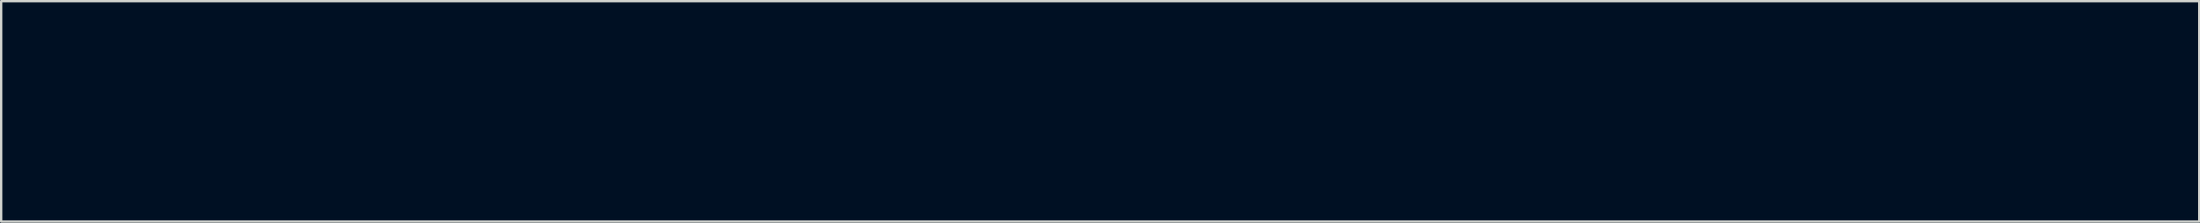
<source format=kicad_pcb>
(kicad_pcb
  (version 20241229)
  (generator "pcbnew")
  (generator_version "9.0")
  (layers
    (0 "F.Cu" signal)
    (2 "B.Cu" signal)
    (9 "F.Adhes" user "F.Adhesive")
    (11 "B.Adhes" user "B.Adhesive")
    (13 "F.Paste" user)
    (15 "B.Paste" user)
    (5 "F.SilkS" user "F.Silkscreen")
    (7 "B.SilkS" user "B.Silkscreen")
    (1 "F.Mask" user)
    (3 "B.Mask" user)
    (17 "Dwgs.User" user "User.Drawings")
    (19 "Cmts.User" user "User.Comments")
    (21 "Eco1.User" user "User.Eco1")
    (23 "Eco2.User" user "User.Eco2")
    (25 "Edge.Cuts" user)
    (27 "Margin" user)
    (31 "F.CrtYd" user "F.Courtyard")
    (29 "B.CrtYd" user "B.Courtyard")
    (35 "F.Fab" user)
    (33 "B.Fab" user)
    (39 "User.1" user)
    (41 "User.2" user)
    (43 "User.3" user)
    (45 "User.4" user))
  (footprint "Cre-v-F-Mask"
    (layer "F.Cu")
    (at 42.287 1.886)
    (property "Reference" "Cre-v-F-Mask" (at 0 0 0) (layer "F.Mask") (effects (font (size 1.524 1.524) (thickness 0.3))))
    (attr through_hole)
    (fp_poly (pts (xy -28.533 0.052) (xy -29.313 0.052) (xy -29.313 -1.802) (xy -28.533 -1.802) (xy -28.533 0.052)) (stroke (width 0.01) (type solid)) (fill yes) (layer "F.Mask"))
    (fp_poly (pts (xy 18.702 0.061) (xy 17.921 0.061) (xy 17.921 -1.792) (xy 18.702 -1.792) (xy 18.702 0.061)) (stroke (width 0.01) (type solid)) (fill yes) (layer "F.Mask"))
    (fp_poly (pts (xy -23.605 -1.801) (xy -23.539 -1.801) (xy -23.468 -1.801) (xy -23.393 -1.801) (xy -23.314 -1.8) (xy -23.234 -1.8) (xy -23.152 -1.8) (xy -23.069 -1.8) (xy -22.987 -1.799) (xy -22.933 -1.799) (xy -22.316 -1.796) (xy -22.408 -1.563) (xy -22.5 -1.331) (xy -22.941 -1.331) (xy -23.382 -1.331) (xy -23.382 -1.11) (xy -22.559 -1.11) (xy -22.559 -0.663) (xy -23.382 -0.663) (xy -23.382 -0.414) (xy -22.941 -0.413) (xy -22.5 -0.412) (xy -22.474 -0.343) (xy -22.466 -0.323) (xy -22.455 -0.295) (xy -22.441 -0.261) (xy -22.426 -0.224) (xy -22.411 -0.184) (xy -22.394 -0.143) (xy -22.381 -0.109) (xy -22.315 0.056) (xy -24.059 0.056) (xy -24.058 -0.871) (xy -24.057 -1.799) (xy -23.803 -1.801) (xy -23.765 -1.801) (xy -23.719 -1.801) (xy -23.666 -1.801) (xy -23.605 -1.801)) (stroke (width 0.01) (type solid)) (fill yes) (layer "F.Mask"))
    (fp_poly (pts (xy -32.999 -1.804) (xy -32.947 -1.804) (xy -32.889 -1.804) (xy -32.826 -1.804) (xy -32.757 -1.804) (xy -32.683 -1.804) (xy -32.605 -1.804) (xy -32.524 -1.803) (xy -32.439 -1.803) (xy -32.351 -1.803) (xy -32.284 -1.803) (xy -31.418 -1.799) (xy -31.602 -1.336) (xy -32.484 -1.336) (xy -32.484 -1.115) (xy -31.661 -1.115) (xy -31.661 -0.668) (xy -32.484 -0.668) (xy -32.484 -0.419) (xy -32.043 -0.417) (xy -31.602 -0.416) (xy -31.51 -0.182) (xy -31.417 0.052) (xy -33.161 0.052) (xy -33.161 -0.875) (xy -33.161 -0.989) (xy -33.161 -1.093) (xy -33.161 -1.189) (xy -33.161 -1.277) (xy -33.161 -1.356) (xy -33.161 -1.428) (xy -33.16 -1.492) (xy -33.16 -1.549) (xy -33.16 -1.6) (xy -33.16 -1.644) (xy -33.159 -1.681) (xy -33.159 -1.713) (xy -33.159 -1.74) (xy -33.158 -1.762) (xy -33.158 -1.778) (xy -33.157 -1.79) (xy -33.156 -1.799) (xy -33.156 -1.803) (xy -33.155 -1.804) (xy -33.15 -1.804) (xy -33.136 -1.804) (xy -33.113 -1.804) (xy -33.083 -1.804) (xy -33.044 -1.804) (xy -32.999 -1.804)) (stroke (width 0.01) (type solid)) (fill yes) (layer "F.Mask"))
    (fp_poly (pts (xy 5.262 -1.175) (xy 5.262 -1.083) (xy 5.262 -1.001) (xy 5.261 -0.926) (xy 5.261 -0.86) (xy 5.261 -0.801) (xy 5.26 -0.748) (xy 5.26 -0.702) (xy 5.259 -0.662) (xy 5.258 -0.626) (xy 5.258 -0.595) (xy 5.256 -0.568) (xy 5.255 -0.545) (xy 5.254 -0.525) (xy 5.252 -0.507) (xy 5.25 -0.491) (xy 5.247 -0.476) (xy 5.245 -0.462) (xy 5.241 -0.449) (xy 5.238 -0.435) (xy 5.234 -0.421) (xy 5.23 -0.406) (xy 5.208 -0.334) (xy 5.179 -0.269) (xy 5.143 -0.21) (xy 5.101 -0.158) (xy 5.053 -0.111) (xy 4.997 -0.071) (xy 4.934 -0.036) (xy 4.864 -0.006) (xy 4.786 0.018) (xy 4.764 0.024) (xy 4.728 0.032) (xy 4.692 0.039) (xy 4.657 0.045) (xy 4.619 0.051) (xy 4.579 0.055) (xy 4.536 0.059) (xy 4.489 0.062) (xy 4.436 0.064) (xy 4.377 0.066) (xy 4.311 0.068) (xy 4.236 0.069) (xy 4.216 0.069) (xy 3.97 0.072) (xy 3.97 -0.451) (xy 4.122 -0.453) (xy 4.168 -0.454) (xy 4.206 -0.455) (xy 4.237 -0.456) (xy 4.261 -0.457) (xy 4.281 -0.459) (xy 4.295 -0.461) (xy 4.305 -0.463) (xy 4.349 -0.476) (xy 4.385 -0.494) (xy 4.414 -0.517) (xy 4.437 -0.547) (xy 4.455 -0.585) (xy 4.465 -0.615) (xy 4.475 -0.651) (xy 4.477 -1.217) (xy 4.478 -1.783) (xy 5.264 -1.783) (xy 5.262 -1.175)) (stroke (width 0.01) (type solid)) (fill yes) (layer "F.Mask"))
    (fp_poly (pts (xy 6.325 -1.786) (xy 6.415 -1.785) (xy 6.502 -1.785) (xy 6.586 -1.785) (xy 6.667 -1.784) (xy 6.744 -1.784) (xy 6.816 -1.783) (xy 6.883 -1.783) (xy 6.946 -1.783) (xy 7.002 -1.782) (xy 7.052 -1.782) (xy 7.095 -1.782) (xy 7.132 -1.782) (xy 7.16 -1.781) (xy 7.181 -1.781) (xy 7.192 -1.781) (xy 7.195 -1.781) (xy 7.194 -1.776) (xy 7.19 -1.764) (xy 7.182 -1.744) (xy 7.172 -1.718) (xy 7.16 -1.687) (xy 7.146 -1.651) (xy 7.13 -1.611) (xy 7.113 -1.568) (xy 7.106 -1.549) (xy 7.014 -1.319) (xy 6.129 -1.317) (xy 6.129 -1.096) (xy 6.952 -1.096) (xy 6.952 -0.649) (xy 6.129 -0.649) (xy 6.129 -0.4) (xy 7.013 -0.4) (xy 7.027 -0.363) (xy 7.031 -0.351) (xy 7.039 -0.332) (xy 7.049 -0.305) (xy 7.062 -0.274) (xy 7.076 -0.238) (xy 7.092 -0.198) (xy 7.108 -0.157) (xy 7.119 -0.13) (xy 7.135 -0.09) (xy 7.15 -0.052) (xy 7.163 -0.018) (xy 7.175 0.012) (xy 7.184 0.036) (xy 7.191 0.055) (xy 7.196 0.065) (xy 7.197 0.068) (xy 7.192 0.069) (xy 7.178 0.069) (xy 7.156 0.069) (xy 7.126 0.069) (xy 7.089 0.069) (xy 7.044 0.07) (xy 6.993 0.07) (xy 6.935 0.07) (xy 6.872 0.07) (xy 6.803 0.07) (xy 6.73 0.07) (xy 6.653 0.07) (xy 6.571 0.07) (xy 6.486 0.071) (xy 6.399 0.071) (xy 6.326 0.071) (xy 5.456 0.071) (xy 5.456 -1.789) (xy 6.325 -1.786)) (stroke (width 0.01) (type solid)) (fill yes) (layer "F.Mask"))
    (fp_poly (pts (xy 11.371 -1.772) (xy 11.368 -1.765) (xy 11.363 -1.751) (xy 11.355 -1.73) (xy 11.345 -1.703) (xy 11.332 -1.672) (xy 11.319 -1.637) (xy 11.304 -1.6) (xy 11.303 -1.597) (xy 11.287 -1.555) (xy 11.27 -1.512) (xy 11.253 -1.469) (xy 11.237 -1.428) (xy 11.223 -1.392) (xy 11.211 -1.361) (xy 11.204 -1.344) (xy 11.17 -1.256) (xy 10.745 -1.256) (xy 10.742 -1.072) (xy 10.741 -1.04) (xy 10.741 -1) (xy 10.74 -0.952) (xy 10.74 -0.899) (xy 10.74 -0.839) (xy 10.739 -0.775) (xy 10.739 -0.708) (xy 10.739 -0.638) (xy 10.739 -0.567) (xy 10.739 -0.495) (xy 10.739 -0.423) (xy 10.739 -0.408) (xy 10.739 0.071) (xy 9.953 0.071) (xy 9.953 -1.261) (xy 9.74 -1.261) (xy 9.527 -1.261) (xy 9.427 -1.513) (xy 9.409 -1.56) (xy 9.392 -1.604) (xy 9.376 -1.645) (xy 9.361 -1.681) (xy 9.349 -1.713) (xy 9.339 -1.739) (xy 9.331 -1.758) (xy 9.326 -1.771) (xy 9.325 -1.774) (xy 9.325 -1.775) (xy 9.326 -1.776) (xy 9.328 -1.777) (xy 9.332 -1.778) (xy 9.337 -1.778) (xy 9.346 -1.779) (xy 9.356 -1.78) (xy 9.37 -1.78) (xy 9.388 -1.78) (xy 9.409 -1.781) (xy 9.435 -1.781) (xy 9.465 -1.781) (xy 9.5 -1.782) (xy 9.54 -1.782) (xy 9.586 -1.782) (xy 9.638 -1.782) (xy 9.696 -1.782) (xy 9.761 -1.782) (xy 9.834 -1.783) (xy 9.913 -1.783) (xy 10.001 -1.783) (xy 10.097 -1.783) (xy 10.201 -1.783) (xy 10.314 -1.783) (xy 10.348 -1.783) (xy 11.374 -1.783) (xy 11.371 -1.772)) (stroke (width 0.01) (type solid)) (fill yes) (layer "F.Mask"))
    (fp_poly (pts (xy 15.532 -1.877) (xy 15.625 -1.863) (xy 15.717 -1.84) (xy 15.806 -1.809) (xy 15.892 -1.769) (xy 15.974 -1.721) (xy 16.025 -1.685) (xy 16.05 -1.665) (xy 16.079 -1.639) (xy 16.109 -1.611) (xy 16.139 -1.581) (xy 16.167 -1.553) (xy 16.189 -1.527) (xy 16.191 -1.524) (xy 16.247 -1.449) (xy 16.294 -1.368) (xy 16.334 -1.284) (xy 16.366 -1.197) (xy 16.389 -1.107) (xy 16.403 -1.016) (xy 16.409 -0.924) (xy 16.407 -0.845) (xy 16.395 -0.748) (xy 16.374 -0.655) (xy 16.345 -0.565) (xy 16.307 -0.479) (xy 16.261 -0.397) (xy 16.207 -0.32) (xy 16.145 -0.247) (xy 16.124 -0.226) (xy 16.053 -0.161) (xy 15.978 -0.104) (xy 15.897 -0.056) (xy 15.811 -0.015) (xy 15.721 0.017) (xy 15.666 0.033) (xy 15.61 0.044) (xy 15.549 0.052) (xy 15.486 0.058) (xy 15.424 0.059) (xy 15.365 0.057) (xy 15.351 0.056) (xy 15.266 0.044) (xy 15.182 0.024) (xy 15.098 -0.003) (xy 15.018 -0.037) (xy 14.942 -0.076) (xy 14.908 -0.098) (xy 14.832 -0.153) (xy 14.762 -0.215) (xy 14.699 -0.282) (xy 14.643 -0.355) (xy 14.595 -0.432) (xy 14.554 -0.512) (xy 14.521 -0.596) (xy 14.496 -0.683) (xy 14.478 -0.772) (xy 14.469 -0.862) (xy 14.469 -0.953) (xy 14.478 -1.045) (xy 14.495 -1.136) (xy 14.521 -1.227) (xy 14.556 -1.315) (xy 14.599 -1.397) (xy 14.649 -1.475) (xy 14.705 -1.547) (xy 14.768 -1.613) (xy 14.837 -1.672) (xy 14.91 -1.725) (xy 14.989 -1.771) (xy 15.071 -1.809) (xy 15.157 -1.84) (xy 15.247 -1.863) (xy 15.339 -1.876) (xy 15.433 -1.881) (xy 15.437 -1.881) (xy 15.532 -1.877)) (stroke (width 0.01) (type solid)) (fill yes) (layer "F.Mask"))
    (fp_poly (pts (xy 22.1 -1.797) (xy 22.201 -1.797) (xy 22.293 -1.797) (xy 22.377 -1.797) (xy 22.452 -1.796) (xy 22.52 -1.796) (xy 22.581 -1.796) (xy 22.635 -1.796) (xy 22.682 -1.796) (xy 22.722 -1.795) (xy 22.757 -1.795) (xy 22.786 -1.795) (xy 22.81 -1.794) (xy 22.828 -1.794) (xy 22.842 -1.793) (xy 22.852 -1.792) (xy 22.858 -1.792) (xy 22.86 -1.791) (xy 22.86 -1.791) (xy 22.858 -1.786) (xy 22.853 -1.772) (xy 22.846 -1.752) (xy 22.835 -1.725) (xy 22.823 -1.693) (xy 22.809 -1.657) (xy 22.793 -1.617) (xy 22.776 -1.574) (xy 22.769 -1.557) (xy 22.679 -1.329) (xy 22.238 -1.328) (xy 21.798 -1.326) (xy 21.796 -1.271) (xy 21.795 -1.241) (xy 21.795 -1.208) (xy 21.795 -1.175) (xy 21.796 -1.161) (xy 21.798 -1.105) (xy 22.62 -1.105) (xy 22.618 -0.661) (xy 22.208 -0.66) (xy 21.798 -0.658) (xy 21.796 -0.596) (xy 21.795 -0.565) (xy 21.795 -0.529) (xy 21.795 -0.494) (xy 21.796 -0.472) (xy 21.798 -0.409) (xy 22.679 -0.407) (xy 22.769 -0.179) (xy 22.787 -0.135) (xy 22.803 -0.093) (xy 22.818 -0.055) (xy 22.831 -0.022) (xy 22.842 0.007) (xy 22.851 0.03) (xy 22.857 0.046) (xy 22.86 0.054) (xy 22.86 0.055) (xy 22.858 0.056) (xy 22.853 0.057) (xy 22.844 0.057) (xy 22.83 0.058) (xy 22.812 0.058) (xy 22.79 0.059) (xy 22.761 0.059) (xy 22.728 0.06) (xy 22.688 0.06) (xy 22.642 0.06) (xy 22.589 0.06) (xy 22.529 0.061) (xy 22.462 0.061) (xy 22.388 0.061) (xy 22.305 0.061) (xy 22.214 0.061) (xy 22.115 0.061) (xy 22.006 0.061) (xy 21.12 0.061) (xy 21.12 -1.797) (xy 21.99 -1.797) (xy 22.1 -1.797)) (stroke (width 0.01) (type solid)) (fill yes) (layer "F.Mask"))
    (fp_poly (pts (xy -25.193 -1.441) (xy -25.157 -1.373) (xy -25.125 -1.311) (xy -25.097 -1.257) (xy -25.072 -1.21) (xy -25.05 -1.168) (xy -25.032 -1.132) (xy -25.015 -1.1) (xy -25.001 -1.072) (xy -24.989 -1.047) (xy -24.979 -1.026) (xy -24.97 -1.006) (xy -24.962 -0.988) (xy -24.954 -0.971) (xy -24.947 -0.954) (xy -24.94 -0.937) (xy -24.939 -0.934) (xy -24.918 -0.882) (xy -24.915 -1.802) (xy -24.252 -1.802) (xy -24.252 0.056) (xy -24.651 0.055) (xy -25.05 0.054) (xy -25.246 -0.31) (xy -25.285 -0.384) (xy -25.32 -0.45) (xy -25.351 -0.509) (xy -25.379 -0.561) (xy -25.403 -0.607) (xy -25.424 -0.648) (xy -25.443 -0.685) (xy -25.459 -0.717) (xy -25.472 -0.745) (xy -25.484 -0.771) (xy -25.494 -0.794) (xy -25.503 -0.815) (xy -25.508 -0.828) (xy -25.514 -0.843) (xy -25.52 -0.854) (xy -25.523 -0.858) (xy -25.523 -0.854) (xy -25.524 -0.841) (xy -25.525 -0.82) (xy -25.525 -0.79) (xy -25.526 -0.752) (xy -25.526 -0.706) (xy -25.526 -0.653) (xy -25.527 -0.593) (xy -25.527 -0.526) (xy -25.527 -0.453) (xy -25.527 -0.403) (xy -25.527 0.056) (xy -25.85 0.056) (xy -25.905 0.056) (xy -25.957 0.056) (xy -26.005 0.055) (xy -26.049 0.055) (xy -26.088 0.055) (xy -26.122 0.054) (xy -26.149 0.054) (xy -26.168 0.054) (xy -26.179 0.053) (xy -26.182 0.053) (xy -26.183 0.053) (xy -26.184 0.051) (xy -26.185 0.048) (xy -26.185 0.044) (xy -26.186 0.037) (xy -26.187 0.028) (xy -26.187 0.016) (xy -26.188 0.001) (xy -26.188 -0.017) (xy -26.189 -0.04) (xy -26.189 -0.067) (xy -26.189 -0.099) (xy -26.189 -0.136) (xy -26.19 -0.178) (xy -26.19 -0.227) (xy -26.19 -0.282) (xy -26.19 -0.343) (xy -26.19 -0.412) (xy -26.19 -0.488) (xy -26.19 -0.572) (xy -26.19 -0.664) (xy -26.19 -0.764) (xy -26.19 -0.874) (xy -26.19 -1.802) (xy -25.382 -1.802) (xy -25.193 -1.441)) (stroke (width 0.01) (type solid)) (fill yes) (layer "F.Mask"))
    (fp_poly (pts (xy 32.104 -1.786) (xy 32.108 -1.779) (xy 32.116 -1.765) (xy 32.128 -1.743) (xy 32.142 -1.716) (xy 32.16 -1.683) (xy 32.179 -1.646) (xy 32.201 -1.605) (xy 32.224 -1.561) (xy 32.249 -1.514) (xy 32.274 -1.466) (xy 32.299 -1.417) (xy 32.325 -1.368) (xy 32.35 -1.32) (xy 32.374 -1.274) (xy 32.397 -1.229) (xy 32.419 -1.188) (xy 32.439 -1.15) (xy 32.456 -1.117) (xy 32.47 -1.089) (xy 32.481 -1.067) (xy 32.489 -1.052) (xy 32.491 -1.048) (xy 32.504 -1.02) (xy 32.518 -0.989) (xy 32.531 -0.96) (xy 32.541 -0.936) (xy 32.55 -0.914) (xy 32.557 -0.898) (xy 32.562 -0.891) (xy 32.565 -0.89) (xy 32.565 -0.896) (xy 32.566 -0.91) (xy 32.566 -0.932) (xy 32.567 -0.962) (xy 32.567 -0.998) (xy 32.567 -1.041) (xy 32.568 -1.089) (xy 32.568 -1.142) (xy 32.568 -1.199) (xy 32.568 -1.26) (xy 32.568 -1.323) (xy 32.568 -1.346) (xy 32.568 -1.797) (xy 33.232 -1.797) (xy 33.232 0.061) (xy 32.835 0.061) (xy 32.762 0.061) (xy 32.697 0.061) (xy 32.642 0.061) (xy 32.594 0.061) (xy 32.553 0.06) (xy 32.519 0.06) (xy 32.492 0.059) (xy 32.471 0.059) (xy 32.454 0.058) (xy 32.443 0.057) (xy 32.436 0.056) (xy 32.433 0.055) (xy 32.433 0.055) (xy 32.43 0.05) (xy 32.423 0.037) (xy 32.412 0.017) (xy 32.398 -0.008) (xy 32.381 -0.04) (xy 32.361 -0.075) (xy 32.34 -0.115) (xy 32.317 -0.158) (xy 32.292 -0.203) (xy 32.267 -0.25) (xy 32.241 -0.298) (xy 32.215 -0.346) (xy 32.19 -0.394) (xy 32.165 -0.441) (xy 32.141 -0.485) (xy 32.119 -0.527) (xy 32.098 -0.565) (xy 32.08 -0.6) (xy 32.065 -0.629) (xy 32.052 -0.653) (xy 32.043 -0.67) (xy 32.039 -0.677) (xy 32.026 -0.706) (xy 32.01 -0.739) (xy 31.995 -0.773) (xy 31.985 -0.797) (xy 31.959 -0.858) (xy 31.958 -0.398) (xy 31.957 0.061) (xy 31.294 0.061) (xy 31.294 -1.797) (xy 32.098 -1.797) (xy 32.104 -1.786)) (stroke (width 0.01) (type solid)) (fill yes) (layer "F.Mask"))
    (fp_poly (pts (xy -5.873 -1.453) (xy -5.836 -1.384) (xy -5.804 -1.322) (xy -5.775 -1.268) (xy -5.751 -1.22) (xy -5.729 -1.178) (xy -5.71 -1.142) (xy -5.694 -1.11) (xy -5.68 -1.083) (xy -5.668 -1.059) (xy -5.657 -1.037) (xy -5.648 -1.019) (xy -5.641 -1.002) (xy -5.634 -0.986) (xy -5.627 -0.97) (xy -5.621 -0.955) (xy -5.616 -0.943) (xy -5.607 -0.921) (xy -5.598 -0.901) (xy -5.592 -0.887) (xy -5.588 -0.878) (xy -5.587 -0.877) (xy -5.587 -0.881) (xy -5.586 -0.894) (xy -5.586 -0.915) (xy -5.585 -0.943) (xy -5.585 -0.979) (xy -5.584 -1.02) (xy -5.584 -1.068) (xy -5.584 -1.12) (xy -5.584 -1.176) (xy -5.583 -1.237) (xy -5.583 -1.3) (xy -5.583 -1.333) (xy -5.583 -1.792) (xy -4.92 -1.792) (xy -4.92 0.066) (xy -5.317 0.066) (xy -5.39 0.066) (xy -5.455 0.066) (xy -5.511 0.066) (xy -5.559 0.065) (xy -5.6 0.065) (xy -5.633 0.065) (xy -5.661 0.064) (xy -5.682 0.064) (xy -5.698 0.063) (xy -5.709 0.062) (xy -5.716 0.061) (xy -5.719 0.06) (xy -5.722 0.055) (xy -5.729 0.042) (xy -5.74 0.023) (xy -5.753 -0.003) (xy -5.77 -0.034) (xy -5.79 -0.069) (xy -5.811 -0.109) (xy -5.834 -0.152) (xy -5.858 -0.197) (xy -5.883 -0.243) (xy -5.909 -0.291) (xy -5.935 -0.339) (xy -5.96 -0.387) (xy -5.985 -0.433) (xy -6.009 -0.477) (xy -6.031 -0.518) (xy -6.051 -0.557) (xy -6.069 -0.59) (xy -6.085 -0.619) (xy -6.097 -0.643) (xy -6.106 -0.66) (xy -6.11 -0.668) (xy -6.12 -0.689) (xy -6.132 -0.715) (xy -6.146 -0.745) (xy -6.158 -0.774) (xy -6.162 -0.783) (xy -6.192 -0.853) (xy -6.195 0.066) (xy -6.495 0.065) (xy -6.548 0.065) (xy -6.599 0.065) (xy -6.647 0.064) (xy -6.692 0.064) (xy -6.732 0.064) (xy -6.766 0.063) (xy -6.793 0.063) (xy -6.813 0.063) (xy -6.825 0.062) (xy -6.826 0.062) (xy -6.858 0.061) (xy -6.858 -1.792) (xy -6.051 -1.792) (xy -5.873 -1.453)) (stroke (width 0.01) (type solid)) (fill yes) (layer "F.Mask"))
    (fp_poly (pts (xy -2.325 -1.787) (xy -2.226 -1.787) (xy -2.137 -1.787) (xy -2.056 -1.787) (xy -1.982 -1.786) (xy -1.916 -1.786) (xy -1.856 -1.785) (xy -1.803 -1.784) (xy -1.754 -1.783) (xy -1.711 -1.782) (xy -1.672 -1.78) (xy -1.637 -1.778) (xy -1.605 -1.776) (xy -1.576 -1.773) (xy -1.549 -1.77) (xy -1.524 -1.767) (xy -1.5 -1.763) (xy -1.476 -1.759) (xy -1.453 -1.754) (xy -1.366 -1.734) (xy -1.286 -1.708) (xy -1.215 -1.676) (xy -1.151 -1.64) (xy -1.094 -1.597) (xy -1.045 -1.549) (xy -1.003 -1.495) (xy -0.968 -1.435) (xy -0.94 -1.368) (xy -0.918 -1.296) (xy -0.904 -1.217) (xy -0.896 -1.131) (xy -0.895 -1.112) (xy -0.895 -1.019) (xy -0.903 -0.931) (xy -0.917 -0.849) (xy -0.939 -0.773) (xy -0.968 -0.703) (xy -1.005 -0.639) (xy -1.049 -0.581) (xy -1.1 -0.528) (xy -1.159 -0.482) (xy -1.225 -0.44) (xy -1.298 -0.405) (xy -1.38 -0.375) (xy -1.468 -0.351) (xy -1.526 -0.339) (xy -1.564 -0.332) (xy -1.602 -0.327) (xy -1.642 -0.322) (xy -1.684 -0.319) (xy -1.73 -0.316) (xy -1.782 -0.314) (xy -1.842 -0.312) (xy -1.866 -0.312) (xy -2.027 -0.309) (xy -2.027 0.066) (xy -2.818 0.066) (xy -2.818 -0.828) (xy -2.027 -0.828) (xy -1.949 -0.828) (xy -1.918 -0.828) (xy -1.886 -0.829) (xy -1.856 -0.83) (xy -1.831 -0.832) (xy -1.823 -0.833) (xy -1.797 -0.836) (xy -1.778 -0.84) (xy -1.761 -0.845) (xy -1.745 -0.853) (xy -1.722 -0.866) (xy -1.704 -0.882) (xy -1.69 -0.902) (xy -1.679 -0.926) (xy -1.672 -0.956) (xy -1.668 -0.993) (xy -1.666 -1.031) (xy -1.666 -1.081) (xy -1.668 -1.124) (xy -1.674 -1.159) (xy -1.684 -1.187) (xy -1.697 -1.211) (xy -1.714 -1.229) (xy -1.736 -1.244) (xy -1.747 -1.249) (xy -1.762 -1.255) (xy -1.779 -1.26) (xy -1.799 -1.264) (xy -1.823 -1.267) (xy -1.854 -1.269) (xy -1.891 -1.271) (xy -1.93 -1.272) (xy -2.027 -1.275) (xy -2.027 -0.828) (xy -2.818 -0.828) (xy -2.818 -1.787) (xy -2.325 -1.787)) (stroke (width 0.01) (type solid)) (fill yes) (layer "F.Mask"))
    (fp_poly (pts (xy 29.188 -1.76) (xy 29.193 -1.748) (xy 29.202 -1.728) (xy 29.214 -1.702) (xy 29.229 -1.671) (xy 29.244 -1.636) (xy 29.261 -1.599) (xy 29.279 -1.56) (xy 29.28 -1.559) (xy 29.31 -1.49) (xy 29.337 -1.429) (xy 29.361 -1.373) (xy 29.38 -1.323) (xy 29.398 -1.278) (xy 29.412 -1.235) (xy 29.419 -1.212) (xy 29.425 -1.194) (xy 29.43 -1.181) (xy 29.434 -1.174) (xy 29.435 -1.173) (xy 29.437 -1.178) (xy 29.441 -1.191) (xy 29.448 -1.21) (xy 29.456 -1.234) (xy 29.466 -1.262) (xy 29.471 -1.278) (xy 29.484 -1.316) (xy 29.502 -1.363) (xy 29.522 -1.416) (xy 29.546 -1.475) (xy 29.573 -1.539) (xy 29.594 -1.589) (xy 29.682 -1.797) (xy 30.065 -1.797) (xy 30.124 -1.797) (xy 30.18 -1.797) (xy 30.233 -1.797) (xy 30.281 -1.797) (xy 30.325 -1.796) (xy 30.363 -1.796) (xy 30.395 -1.796) (xy 30.42 -1.796) (xy 30.437 -1.796) (xy 30.446 -1.796) (xy 30.447 -1.795) (xy 30.446 -1.793) (xy 30.443 -1.788) (xy 30.438 -1.778) (xy 30.431 -1.764) (xy 30.421 -1.746) (xy 30.409 -1.723) (xy 30.394 -1.695) (xy 30.377 -1.662) (xy 30.356 -1.623) (xy 30.332 -1.578) (xy 30.305 -1.527) (xy 30.275 -1.47) (xy 30.241 -1.406) (xy 30.203 -1.335) (xy 30.161 -1.257) (xy 30.116 -1.171) (xy 30.066 -1.078) (xy 30.014 -0.98) (xy 29.793 -0.566) (xy 29.79 -0.252) (xy 29.787 0.061) (xy 29.003 0.061) (xy 29.001 -0.567) (xy 28.663 -1.175) (xy 28.624 -1.245) (xy 28.586 -1.313) (xy 28.55 -1.378) (xy 28.516 -1.44) (xy 28.483 -1.499) (xy 28.453 -1.554) (xy 28.425 -1.604) (xy 28.4 -1.649) (xy 28.378 -1.688) (xy 28.36 -1.722) (xy 28.344 -1.75) (xy 28.333 -1.77) (xy 28.326 -1.784) (xy 28.323 -1.79) (xy 28.323 -1.79) (xy 28.323 -1.791) (xy 28.326 -1.792) (xy 28.331 -1.793) (xy 28.339 -1.794) (xy 28.351 -1.795) (xy 28.367 -1.795) (xy 28.388 -1.796) (xy 28.415 -1.796) (xy 28.447 -1.796) (xy 28.486 -1.796) (xy 28.532 -1.797) (xy 28.585 -1.797) (xy 28.647 -1.797) (xy 28.717 -1.797) (xy 28.746 -1.797) (xy 29.171 -1.797) (xy 29.188 -1.76)) (stroke (width 0.01) (type solid)) (fill yes) (layer "F.Mask"))
    (fp_poly (pts (xy -10.306 -0.876) (xy -10.274 -0.787) (xy -10.242 -0.699) (xy -10.212 -0.615) (xy -10.183 -0.533) (xy -10.154 -0.456) (xy -10.128 -0.382) (xy -10.103 -0.312) (xy -10.08 -0.247) (xy -10.058 -0.188) (xy -10.039 -0.134) (xy -10.022 -0.086) (xy -10.007 -0.045) (xy -9.995 -0.01) (xy -9.985 0.017) (xy -9.978 0.036) (xy -9.974 0.048) (xy -9.973 0.051) (xy -9.971 0.061) (xy -10.675 0.061) (xy -10.723 -0.069) (xy -10.77 -0.2) (xy -11.071 -0.201) (xy -11.372 -0.202) (xy -11.419 -0.073) (xy -11.465 0.056) (xy -11.819 0.056) (xy -12.173 0.056) (xy -12.164 0.032) (xy -12.161 0.024) (xy -12.155 0.008) (xy -12.147 -0.016) (xy -12.136 -0.046) (xy -12.122 -0.083) (xy -12.107 -0.126) (xy -12.09 -0.173) (xy -12.071 -0.225) (xy -12.051 -0.28) (xy -12.03 -0.338) (xy -12.008 -0.399) (xy -12 -0.421) (xy -11.975 -0.491) (xy -11.947 -0.568) (xy -11.917 -0.652) (xy -11.91 -0.671) (xy -11.232 -0.671) (xy -11.228 -0.67) (xy -11.215 -0.669) (xy -11.195 -0.669) (xy -11.169 -0.668) (xy -11.137 -0.668) (xy -11.102 -0.668) (xy -11.07 -0.668) (xy -11.026 -0.668) (xy -10.99 -0.668) (xy -10.962 -0.668) (xy -10.941 -0.669) (xy -10.927 -0.67) (xy -10.917 -0.671) (xy -10.911 -0.672) (xy -10.909 -0.674) (xy -10.909 -0.675) (xy -10.911 -0.68) (xy -10.916 -0.694) (xy -10.923 -0.715) (xy -10.932 -0.742) (xy -10.943 -0.775) (xy -10.955 -0.813) (xy -10.969 -0.854) (xy -10.983 -0.899) (xy -10.99 -0.92) (xy -11.005 -0.965) (xy -11.019 -1.007) (xy -11.032 -1.045) (xy -11.044 -1.079) (xy -11.054 -1.108) (xy -11.062 -1.13) (xy -11.068 -1.146) (xy -11.072 -1.153) (xy -11.072 -1.154) (xy -11.074 -1.149) (xy -11.079 -1.136) (xy -11.086 -1.117) (xy -11.094 -1.091) (xy -11.105 -1.06) (xy -11.116 -1.026) (xy -11.129 -0.988) (xy -11.142 -0.949) (xy -11.155 -0.908) (xy -11.169 -0.868) (xy -11.182 -0.829) (xy -11.194 -0.792) (xy -11.205 -0.758) (xy -11.214 -0.728) (xy -11.222 -0.704) (xy -11.228 -0.685) (xy -11.232 -0.674) (xy -11.232 -0.671) (xy -11.91 -0.671) (xy -11.885 -0.739) (xy -11.853 -0.829) (xy -11.819 -0.92) (xy -11.787 -1.011) (xy -11.754 -1.1) (xy -11.723 -1.186) (xy -11.694 -1.266) (xy -11.675 -1.321) (xy -11.504 -1.792) (xy -10.637 -1.792) (xy -10.306 -0.876)) (stroke (width 0.01) (type solid)) (fill yes) (layer "F.Mask"))
    (fp_poly (pts (xy -0.065 -1.787) (xy 0.025 -1.787) (xy 0.11 -1.787) (xy 0.191 -1.787) (xy 0.266 -1.787) (xy 0.336 -1.786) (xy 0.4 -1.786) (xy 0.458 -1.786) (xy 0.509 -1.785) (xy 0.552 -1.785) (xy 0.587 -1.784) (xy 0.614 -1.783) (xy 0.632 -1.783) (xy 0.635 -1.783) (xy 0.733 -1.774) (xy 0.822 -1.761) (xy 0.903 -1.743) (xy 0.977 -1.72) (xy 1.044 -1.693) (xy 1.089 -1.669) (xy 1.118 -1.649) (xy 1.149 -1.624) (xy 1.179 -1.596) (xy 1.207 -1.567) (xy 1.231 -1.539) (xy 1.246 -1.517) (xy 1.272 -1.464) (xy 1.293 -1.407) (xy 1.309 -1.343) (xy 1.319 -1.272) (xy 1.322 -1.245) (xy 1.325 -1.173) (xy 1.323 -1.102) (xy 1.315 -1.033) (xy 1.301 -0.969) (xy 1.283 -0.91) (xy 1.272 -0.882) (xy 1.246 -0.833) (xy 1.211 -0.786) (xy 1.168 -0.743) (xy 1.12 -0.705) (xy 1.067 -0.673) (xy 1.042 -0.661) (xy 1.006 -0.644) (xy 1.027 -0.605) (xy 1.036 -0.589) (xy 1.048 -0.565) (xy 1.064 -0.535) (xy 1.083 -0.499) (xy 1.105 -0.459) (xy 1.128 -0.415) (xy 1.152 -0.368) (xy 1.178 -0.32) (xy 1.203 -0.27) (xy 1.229 -0.221) (xy 1.254 -0.173) (xy 1.279 -0.126) (xy 1.301 -0.083) (xy 1.322 -0.044) (xy 1.34 -0.009) (xy 1.355 0.02) (xy 1.366 0.043) (xy 1.371 0.051) (xy 1.378 0.066) (xy 0.622 0.066) (xy 0.497 -0.246) (xy 0.373 -0.557) (xy 0.177 -0.559) (xy -0.019 -0.56) (xy -0.019 0.066) (xy -0.687 0.066) (xy -0.687 -0.981) (xy -0.019 -0.981) (xy 0.253 -0.982) (xy 0.312 -0.982) (xy 0.362 -0.983) (xy 0.405 -0.983) (xy 0.44 -0.984) (xy 0.469 -0.984) (xy 0.492 -0.985) (xy 0.511 -0.986) (xy 0.525 -0.987) (xy 0.535 -0.988) (xy 0.543 -0.989) (xy 0.548 -0.991) (xy 0.582 -1.006) (xy 0.611 -1.029) (xy 0.633 -1.059) (xy 0.645 -1.082) (xy 0.649 -1.098) (xy 0.651 -1.122) (xy 0.651 -1.145) (xy 0.651 -1.17) (xy 0.649 -1.187) (xy 0.646 -1.202) (xy 0.641 -1.216) (xy 0.64 -1.217) (xy 0.624 -1.243) (xy 0.601 -1.267) (xy 0.573 -1.288) (xy 0.543 -1.304) (xy 0.529 -1.308) (xy 0.522 -1.309) (xy 0.506 -1.31) (xy 0.483 -1.311) (xy 0.453 -1.312) (xy 0.417 -1.313) (xy 0.376 -1.313) (xy 0.331 -1.314) (xy 0.283 -1.315) (xy 0.248 -1.315) (xy -0.019 -1.318) (xy -0.019 -0.981) (xy -0.687 -0.981) (xy -0.687 -1.787) (xy -0.065 -1.787)) (stroke (width 0.01) (type solid)) (fill yes) (layer "F.Mask"))
    (fp_poly (pts (xy -21.575 -1.792) (xy -21.487 -1.792) (xy -21.405 -1.792) (xy -21.329 -1.792) (xy -21.259 -1.791) (xy -21.195 -1.791) (xy -21.138 -1.791) (xy -21.089 -1.79) (xy -21.048 -1.789) (xy -21.014 -1.789) (xy -20.989 -1.788) (xy -20.974 -1.787) (xy -20.971 -1.787) (xy -20.863 -1.774) (xy -20.762 -1.756) (xy -20.669 -1.731) (xy -20.582 -1.7) (xy -20.502 -1.662) (xy -20.43 -1.619) (xy -20.427 -1.617) (xy -20.405 -1.601) (xy -20.379 -1.579) (xy -20.352 -1.555) (xy -20.329 -1.534) (xy -20.28 -1.48) (xy -20.238 -1.424) (xy -20.203 -1.364) (xy -20.173 -1.299) (xy -20.148 -1.227) (xy -20.132 -1.171) (xy -20.123 -1.13) (xy -20.115 -1.091) (xy -20.11 -1.053) (xy -20.106 -1.014) (xy -20.103 -0.971) (xy -20.101 -0.921) (xy -20.1 -0.905) (xy -20.1 -0.823) (xy -20.104 -0.747) (xy -20.112 -0.676) (xy -20.125 -0.609) (xy -20.142 -0.543) (xy -20.156 -0.499) (xy -20.186 -0.423) (xy -20.223 -0.354) (xy -20.266 -0.289) (xy -20.318 -0.228) (xy -20.336 -0.209) (xy -20.398 -0.154) (xy -20.466 -0.105) (xy -20.541 -0.063) (xy -20.624 -0.027) (xy -20.712 0.003) (xy -20.808 0.026) (xy -20.91 0.043) (xy -21 0.052) (xy -21.015 0.052) (xy -21.039 0.053) (xy -21.072 0.054) (xy -21.113 0.054) (xy -21.161 0.055) (xy -21.217 0.055) (xy -21.279 0.056) (xy -21.347 0.056) (xy -21.421 0.056) (xy -21.5 0.056) (xy -21.584 0.056) (xy -21.594 0.056) (xy -22.122 0.056) (xy -22.122 -0.456) (xy -21.336 -0.456) (xy -21.281 -0.456) (xy -21.254 -0.457) (xy -21.223 -0.458) (xy -21.189 -0.459) (xy -21.158 -0.461) (xy -21.155 -0.461) (xy -21.116 -0.464) (xy -21.085 -0.467) (xy -21.06 -0.471) (xy -21.04 -0.476) (xy -21.022 -0.482) (xy -21.01 -0.488) (xy -20.983 -0.504) (xy -20.961 -0.524) (xy -20.943 -0.55) (xy -20.928 -0.581) (xy -20.916 -0.62) (xy -20.907 -0.666) (xy -20.903 -0.696) (xy -20.901 -0.718) (xy -20.899 -0.747) (xy -20.898 -0.782) (xy -20.897 -0.821) (xy -20.897 -0.861) (xy -20.897 -0.902) (xy -20.898 -0.94) (xy -20.899 -0.974) (xy -20.901 -1.003) (xy -20.903 -1.021) (xy -20.912 -1.077) (xy -20.925 -1.125) (xy -20.941 -1.165) (xy -20.962 -1.198) (xy -20.988 -1.225) (xy -21.019 -1.246) (xy -21.055 -1.261) (xy -21.078 -1.268) (xy -21.092 -1.271) (xy -21.11 -1.273) (xy -21.134 -1.275) (xy -21.165 -1.277) (xy -21.203 -1.278) (xy -21.222 -1.278) (xy -21.336 -1.28) (xy -21.336 -0.456) (xy -22.122 -0.456) (xy -22.122 -1.792) (xy -21.575 -1.792)) (stroke (width 0.01) (type solid)) (fill yes) (layer "F.Mask"))
    (fp_poly (pts (xy -41.723 -1.805) (xy -41.63 -1.805) (xy -41.547 -1.804) (xy -41.471 -1.804) (xy -41.403 -1.803) (xy -41.343 -1.803) (xy -41.289 -1.802) (xy -41.24 -1.801) (xy -41.198 -1.8) (xy -41.16 -1.799) (xy -41.126 -1.798) (xy -41.096 -1.796) (xy -41.069 -1.795) (xy -41.045 -1.793) (xy -41.023 -1.79) (xy -41.002 -1.788) (xy -40.981 -1.785) (xy -40.962 -1.781) (xy -40.941 -1.778) (xy -40.92 -1.774) (xy -40.915 -1.773) (xy -40.829 -1.752) (xy -40.751 -1.727) (xy -40.68 -1.696) (xy -40.617 -1.659) (xy -40.561 -1.617) (xy -40.512 -1.569) (xy -40.47 -1.515) (xy -40.435 -1.455) (xy -40.407 -1.388) (xy -40.385 -1.315) (xy -40.369 -1.236) (xy -40.369 -1.233) (xy -40.365 -1.201) (xy -40.363 -1.162) (xy -40.362 -1.118) (xy -40.362 -1.073) (xy -40.363 -1.029) (xy -40.365 -0.989) (xy -40.368 -0.955) (xy -40.369 -0.948) (xy -40.385 -0.865) (xy -40.407 -0.789) (xy -40.436 -0.719) (xy -40.472 -0.656) (xy -40.515 -0.598) (xy -40.565 -0.547) (xy -40.622 -0.501) (xy -40.687 -0.46) (xy -40.76 -0.425) (xy -40.84 -0.395) (xy -40.861 -0.389) (xy -40.909 -0.375) (xy -40.957 -0.364) (xy -41.007 -0.354) (xy -41.058 -0.347) (xy -41.114 -0.341) (xy -41.176 -0.336) (xy -41.243 -0.333) (xy -41.319 -0.331) (xy -41.333 -0.331) (xy -41.496 -0.328) (xy -41.496 0.047) (xy -42.282 0.047) (xy -42.282 -1.068) (xy -41.496 -1.068) (xy -41.496 -0.847) (xy -41.415 -0.847) (xy -41.384 -0.847) (xy -41.352 -0.848) (xy -41.322 -0.849) (xy -41.297 -0.851) (xy -41.287 -0.851) (xy -41.246 -0.858) (xy -41.213 -0.868) (xy -41.187 -0.884) (xy -41.167 -0.905) (xy -41.151 -0.933) (xy -41.142 -0.957) (xy -41.138 -0.971) (xy -41.135 -0.985) (xy -41.133 -1) (xy -41.132 -1.019) (xy -41.132 -1.044) (xy -41.132 -1.068) (xy -41.132 -1.102) (xy -41.133 -1.132) (xy -41.135 -1.156) (xy -41.138 -1.172) (xy -41.148 -1.202) (xy -41.164 -1.229) (xy -41.185 -1.25) (xy -41.193 -1.256) (xy -41.206 -1.265) (xy -41.22 -1.271) (xy -41.236 -1.276) (xy -41.255 -1.28) (xy -41.279 -1.284) (xy -41.308 -1.286) (xy -41.345 -1.288) (xy -41.373 -1.289) (xy -41.405 -1.291) (xy -41.434 -1.291) (xy -41.458 -1.292) (xy -41.476 -1.292) (xy -41.487 -1.292) (xy -41.49 -1.291) (xy -41.491 -1.289) (xy -41.493 -1.283) (xy -41.494 -1.273) (xy -41.494 -1.258) (xy -41.495 -1.237) (xy -41.496 -1.21) (xy -41.496 -1.176) (xy -41.496 -1.134) (xy -41.496 -1.083) (xy -41.496 -1.068) (xy -42.282 -1.068) (xy -42.282 -1.807) (xy -41.723 -1.805)) (stroke (width 0.01) (type solid)) (fill yes) (layer "F.Mask"))
    (fp_poly (pts (xy -15.253 -1.797) (xy -15.197 -1.797) (xy -15.144 -1.797) (xy -15.095 -1.796) (xy -15.052 -1.796) (xy -15.013 -1.796) (xy -14.982 -1.796) (xy -14.957 -1.795) (xy -14.939 -1.795) (xy -14.931 -1.795) (xy -14.93 -1.794) (xy -14.932 -1.79) (xy -14.938 -1.778) (xy -14.946 -1.761) (xy -14.957 -1.741) (xy -14.962 -1.732) (xy -14.97 -1.717) (xy -14.982 -1.695) (xy -14.998 -1.666) (xy -15.016 -1.631) (xy -15.037 -1.593) (xy -15.059 -1.55) (xy -15.083 -1.505) (xy -15.108 -1.458) (xy -15.133 -1.411) (xy -15.162 -1.356) (xy -15.195 -1.295) (xy -15.229 -1.231) (xy -15.263 -1.166) (xy -15.298 -1.102) (xy -15.331 -1.039) (xy -15.362 -0.981) (xy -15.39 -0.929) (xy -15.396 -0.917) (xy -15.42 -0.872) (xy -15.444 -0.827) (xy -15.467 -0.784) (xy -15.489 -0.744) (xy -15.508 -0.708) (xy -15.525 -0.676) (xy -15.539 -0.65) (xy -15.549 -0.632) (xy -15.552 -0.625) (xy -15.583 -0.566) (xy -15.586 -0.253) (xy -15.59 0.061) (xy -15.919 0.06) (xy -15.976 0.06) (xy -16.032 0.06) (xy -16.085 0.059) (xy -16.135 0.059) (xy -16.181 0.059) (xy -16.222 0.059) (xy -16.257 0.058) (xy -16.285 0.058) (xy -16.304 0.058) (xy -16.311 0.058) (xy -16.374 0.056) (xy -16.374 -0.561) (xy -16.715 -1.177) (xy -16.754 -1.248) (xy -16.791 -1.316) (xy -16.828 -1.382) (xy -16.862 -1.444) (xy -16.895 -1.503) (xy -16.925 -1.558) (xy -16.953 -1.608) (xy -16.978 -1.653) (xy -17 -1.693) (xy -17.018 -1.727) (xy -17.034 -1.754) (xy -17.045 -1.775) (xy -17.052 -1.789) (xy -17.056 -1.795) (xy -17.056 -1.795) (xy -17.051 -1.795) (xy -17.038 -1.795) (xy -17.016 -1.796) (xy -16.987 -1.796) (xy -16.952 -1.796) (xy -16.91 -1.796) (xy -16.863 -1.796) (xy -16.811 -1.796) (xy -16.755 -1.796) (xy -16.696 -1.796) (xy -16.633 -1.796) (xy -16.63 -1.796) (xy -16.204 -1.794) (xy -16.139 -1.653) (xy -16.113 -1.596) (xy -16.09 -1.547) (xy -16.071 -1.504) (xy -16.054 -1.466) (xy -16.04 -1.434) (xy -16.028 -1.405) (xy -16.017 -1.38) (xy -16.008 -1.356) (xy -15.999 -1.333) (xy -15.99 -1.31) (xy -15.982 -1.286) (xy -15.976 -1.268) (xy -15.966 -1.24) (xy -15.957 -1.215) (xy -15.949 -1.196) (xy -15.943 -1.182) (xy -15.94 -1.176) (xy -15.939 -1.176) (xy -15.937 -1.182) (xy -15.932 -1.196) (xy -15.926 -1.216) (xy -15.917 -1.241) (xy -15.908 -1.269) (xy -15.904 -1.282) (xy -15.892 -1.317) (xy -15.876 -1.359) (xy -15.857 -1.409) (xy -15.835 -1.464) (xy -15.81 -1.523) (xy -15.784 -1.587) (xy -15.783 -1.589) (xy -15.695 -1.797) (xy -15.312 -1.797) (xy -15.253 -1.797)) (stroke (width 0.01) (type solid)) (fill yes) (layer "F.Mask"))
    (fp_poly (pts (xy -38.422 -1.794) (xy -38.424 -1.787) (xy -38.43 -1.773) (xy -38.438 -1.751) (xy -38.449 -1.723) (xy -38.462 -1.69) (xy -38.477 -1.652) (xy -38.493 -1.611) (xy -38.511 -1.566) (xy -38.524 -1.533) (xy -38.623 -1.284) (xy -38.803 -1.284) (xy -38.869 -1.284) (xy -38.926 -1.283) (xy -38.975 -1.282) (xy -39.017 -1.28) (xy -39.053 -1.278) (xy -39.084 -1.275) (xy -39.11 -1.271) (xy -39.133 -1.266) (xy -39.139 -1.265) (xy -39.183 -1.251) (xy -39.221 -1.231) (xy -39.252 -1.206) (xy -39.279 -1.175) (xy -39.3 -1.137) (xy -39.316 -1.092) (xy -39.329 -1.038) (xy -39.333 -1.011) (xy -39.335 -0.988) (xy -39.337 -0.957) (xy -39.338 -0.922) (xy -39.339 -0.884) (xy -39.338 -0.845) (xy -39.338 -0.808) (xy -39.336 -0.775) (xy -39.334 -0.748) (xy -39.333 -0.739) (xy -39.323 -0.687) (xy -39.311 -0.642) (xy -39.294 -0.604) (xy -39.273 -0.571) (xy -39.261 -0.557) (xy -39.238 -0.535) (xy -39.212 -0.517) (xy -39.182 -0.503) (xy -39.147 -0.492) (xy -39.104 -0.482) (xy -39.1 -0.481) (xy -39.089 -0.48) (xy -39.077 -0.478) (xy -39.062 -0.477) (xy -39.043 -0.476) (xy -39.02 -0.475) (xy -38.993 -0.474) (xy -38.959 -0.473) (xy -38.919 -0.473) (xy -38.872 -0.472) (xy -38.817 -0.472) (xy -38.774 -0.472) (xy -38.49 -0.47) (xy -38.49 0.047) (xy -38.894 0.046) (xy -38.955 0.046) (xy -39.014 0.046) (xy -39.07 0.046) (xy -39.122 0.045) (xy -39.169 0.045) (xy -39.212 0.045) (xy -39.248 0.045) (xy -39.278 0.044) (xy -39.3 0.044) (xy -39.314 0.044) (xy -39.318 0.044) (xy -39.348 0.041) (xy -39.383 0.036) (xy -39.421 0.03) (xy -39.46 0.024) (xy -39.495 0.017) (xy -39.524 0.01) (xy -39.528 0.009) (xy -39.615 -0.017) (xy -39.696 -0.051) (xy -39.77 -0.09) (xy -39.838 -0.137) (xy -39.899 -0.19) (xy -39.954 -0.25) (xy -40.002 -0.316) (xy -40.032 -0.367) (xy -40.064 -0.434) (xy -40.091 -0.507) (xy -40.112 -0.586) (xy -40.128 -0.669) (xy -40.139 -0.756) (xy -40.144 -0.844) (xy -40.143 -0.934) (xy -40.136 -1.022) (xy -40.124 -1.11) (xy -40.106 -1.193) (xy -40.082 -1.273) (xy -40.054 -1.345) (xy -40.02 -1.412) (xy -39.979 -1.473) (xy -39.933 -1.53) (xy -39.907 -1.557) (xy -39.846 -1.611) (xy -39.781 -1.658) (xy -39.709 -1.699) (xy -39.631 -1.733) (xy -39.547 -1.76) (xy -39.457 -1.781) (xy -39.408 -1.79) (xy -39.382 -1.793) (xy -39.347 -1.795) (xy -39.303 -1.798) (xy -39.25 -1.8) (xy -39.187 -1.802) (xy -39.116 -1.803) (xy -39.034 -1.804) (xy -38.944 -1.805) (xy -38.844 -1.806) (xy -38.738 -1.806) (xy -38.419 -1.806) (xy -38.422 -1.794)) (stroke (width 0.01) (type solid)) (fill yes) (layer "F.Mask"))
    (fp_poly (pts (xy -34.889 -1.801) (xy -34.796 -1.801) (xy -34.712 -1.801) (xy -34.636 -1.801) (xy -34.568 -1.801) (xy -34.507 -1.8) (xy -34.453 -1.8) (xy -34.404 -1.799) (xy -34.361 -1.798) (xy -34.323 -1.797) (xy -34.289 -1.796) (xy -34.259 -1.794) (xy -34.232 -1.793) (xy -34.208 -1.791) (xy -34.185 -1.788) (xy -34.164 -1.786) (xy -34.156 -1.785) (xy -34.073 -1.772) (xy -33.992 -1.754) (xy -33.915 -1.732) (xy -33.845 -1.706) (xy -33.79 -1.681) (xy -33.717 -1.64) (xy -33.651 -1.594) (xy -33.592 -1.543) (xy -33.54 -1.485) (xy -33.495 -1.422) (xy -33.457 -1.352) (xy -33.425 -1.276) (xy -33.399 -1.194) (xy -33.38 -1.104) (xy -33.368 -1.021) (xy -33.366 -0.994) (xy -33.364 -0.961) (xy -33.363 -0.923) (xy -33.363 -0.882) (xy -33.363 -0.841) (xy -33.364 -0.803) (xy -33.366 -0.768) (xy -33.368 -0.74) (xy -33.368 -0.738) (xy -33.382 -0.643) (xy -33.404 -0.553) (xy -33.432 -0.469) (xy -33.468 -0.392) (xy -33.51 -0.321) (xy -33.56 -0.256) (xy -33.617 -0.197) (xy -33.681 -0.144) (xy -33.751 -0.098) (xy -33.829 -0.058) (xy -33.914 -0.024) (xy -34.006 0.004) (xy -34.104 0.025) (xy -34.21 0.04) (xy -34.292 0.047) (xy -34.307 0.048) (xy -34.33 0.048) (xy -34.361 0.049) (xy -34.399 0.049) (xy -34.443 0.049) (xy -34.492 0.05) (xy -34.546 0.05) (xy -34.604 0.05) (xy -34.664 0.05) (xy -34.727 0.051) (xy -34.791 0.051) (xy -34.856 0.051) (xy -34.92 0.051) (xy -34.983 0.05) (xy -35.044 0.05) (xy -35.103 0.05) (xy -35.158 0.05) (xy -35.208 0.049) (xy -35.254 0.049) (xy -35.293 0.048) (xy -35.3 0.048) (xy -35.386 0.047) (xy -35.386 -0.464) (xy -34.6 -0.464) (xy -34.477 -0.467) (xy -34.429 -0.468) (xy -34.39 -0.47) (xy -34.359 -0.472) (xy -34.336 -0.474) (xy -34.322 -0.477) (xy -34.287 -0.487) (xy -34.258 -0.501) (xy -34.233 -0.521) (xy -34.213 -0.545) (xy -34.196 -0.577) (xy -34.183 -0.615) (xy -34.172 -0.661) (xy -34.167 -0.689) (xy -34.165 -0.709) (xy -34.163 -0.737) (xy -34.162 -0.771) (xy -34.161 -0.81) (xy -34.161 -0.85) (xy -34.161 -0.892) (xy -34.162 -0.933) (xy -34.163 -0.971) (xy -34.165 -1.006) (xy -34.167 -1.034) (xy -34.169 -1.053) (xy -34.18 -1.104) (xy -34.194 -1.148) (xy -34.211 -1.184) (xy -34.233 -1.214) (xy -34.26 -1.237) (xy -34.291 -1.256) (xy -34.293 -1.257) (xy -34.313 -1.265) (xy -34.335 -1.272) (xy -34.36 -1.277) (xy -34.389 -1.28) (xy -34.425 -1.283) (xy -34.467 -1.284) (xy -34.498 -1.285) (xy -34.6 -1.287) (xy -34.6 -0.464) (xy -35.386 -0.464) (xy -35.386 -1.802) (xy -34.889 -1.801)) (stroke (width 0.01) (type solid)) (fill yes) (layer "F.Mask"))
    (fp_poly (pts (xy 19.458 -1.791) (xy 19.545 -1.79) (xy 19.623 -1.79) (xy 19.693 -1.79) (xy 19.756 -1.789) (xy 19.81 -1.789) (xy 19.859 -1.789) (xy 19.901 -1.788) (xy 19.937 -1.788) (xy 19.968 -1.787) (xy 19.995 -1.786) (xy 20.017 -1.786) (xy 20.036 -1.785) (xy 20.052 -1.784) (xy 20.066 -1.783) (xy 20.077 -1.782) (xy 20.083 -1.781) (xy 20.168 -1.769) (xy 20.245 -1.755) (xy 20.316 -1.738) (xy 20.381 -1.717) (xy 20.444 -1.693) (xy 20.504 -1.664) (xy 20.577 -1.623) (xy 20.642 -1.575) (xy 20.7 -1.521) (xy 20.751 -1.461) (xy 20.795 -1.395) (xy 20.833 -1.322) (xy 20.863 -1.242) (xy 20.882 -1.179) (xy 20.891 -1.142) (xy 20.898 -1.109) (xy 20.904 -1.079) (xy 20.908 -1.048) (xy 20.911 -1.017) (xy 20.913 -0.982) (xy 20.914 -0.942) (xy 20.915 -0.895) (xy 20.915 -0.87) (xy 20.915 -0.821) (xy 20.914 -0.779) (xy 20.913 -0.743) (xy 20.91 -0.712) (xy 20.907 -0.682) (xy 20.902 -0.654) (xy 20.896 -0.624) (xy 20.889 -0.592) (xy 20.886 -0.581) (xy 20.875 -0.54) (xy 20.864 -0.504) (xy 20.851 -0.469) (xy 20.836 -0.434) (xy 20.818 -0.397) (xy 20.777 -0.325) (xy 20.73 -0.258) (xy 20.675 -0.198) (xy 20.613 -0.144) (xy 20.544 -0.097) (xy 20.469 -0.056) (xy 20.386 -0.021) (xy 20.296 0.008) (xy 20.2 0.03) (xy 20.096 0.047) (xy 19.986 0.056) (xy 19.973 0.057) (xy 19.951 0.057) (xy 19.921 0.058) (xy 19.885 0.058) (xy 19.842 0.059) (xy 19.795 0.059) (xy 19.742 0.059) (xy 19.686 0.06) (xy 19.627 0.06) (xy 19.566 0.06) (xy 19.503 0.06) (xy 19.44 0.06) (xy 19.377 0.06) (xy 19.315 0.06) (xy 19.255 0.06) (xy 19.197 0.06) (xy 19.142 0.06) (xy 19.091 0.06) (xy 19.045 0.06) (xy 19.005 0.059) (xy 18.972 0.059) (xy 18.945 0.059) (xy 18.926 0.058) (xy 18.917 0.058) (xy 18.895 0.056) (xy 18.895 -1.275) (xy 19.68 -1.275) (xy 19.68 -0.455) (xy 19.804 -0.458) (xy 19.852 -0.459) (xy 19.891 -0.46) (xy 19.922 -0.462) (xy 19.945 -0.465) (xy 19.958 -0.467) (xy 19.991 -0.477) (xy 20.02 -0.49) (xy 20.044 -0.508) (xy 20.064 -0.53) (xy 20.081 -0.558) (xy 20.094 -0.592) (xy 20.105 -0.632) (xy 20.112 -0.68) (xy 20.118 -0.736) (xy 20.121 -0.801) (xy 20.121 -0.804) (xy 20.122 -0.879) (xy 20.12 -0.947) (xy 20.115 -1.009) (xy 20.107 -1.063) (xy 20.097 -1.108) (xy 20.089 -1.132) (xy 20.072 -1.17) (xy 20.051 -1.201) (xy 20.025 -1.225) (xy 19.994 -1.244) (xy 19.988 -1.247) (xy 19.968 -1.256) (xy 19.947 -1.262) (xy 19.923 -1.267) (xy 19.896 -1.271) (xy 19.864 -1.273) (xy 19.826 -1.274) (xy 19.784 -1.275) (xy 19.68 -1.275) (xy 18.895 -1.275) (xy 18.895 -1.793) (xy 19.458 -1.791)) (stroke (width 0.01) (type solid)) (fill yes) (layer "F.Mask"))
    (fp_poly (pts (xy 8.884 -1.782) (xy 8.933 -1.782) (xy 8.977 -1.782) (xy 9.018 -1.782) (xy 9.053 -1.782) (xy 9.082 -1.781) (xy 9.104 -1.781) (xy 9.119 -1.78) (xy 9.125 -1.779) (xy 9.125 -1.779) (xy 9.124 -1.774) (xy 9.119 -1.762) (xy 9.111 -1.742) (xy 9.101 -1.715) (xy 9.088 -1.683) (xy 9.074 -1.646) (xy 9.058 -1.605) (xy 9.04 -1.561) (xy 9.023 -1.518) (xy 8.921 -1.261) (xy 8.73 -1.261) (xy 8.664 -1.26) (xy 8.607 -1.26) (xy 8.557 -1.258) (xy 8.514 -1.256) (xy 8.478 -1.254) (xy 8.446 -1.25) (xy 8.418 -1.246) (xy 8.394 -1.24) (xy 8.372 -1.233) (xy 8.352 -1.225) (xy 8.34 -1.22) (xy 8.306 -1.198) (xy 8.276 -1.168) (xy 8.252 -1.13) (xy 8.233 -1.085) (xy 8.218 -1.032) (xy 8.213 -1) (xy 8.209 -0.969) (xy 8.207 -0.931) (xy 8.205 -0.89) (xy 8.204 -0.847) (xy 8.205 -0.806) (xy 8.206 -0.769) (xy 8.207 -0.754) (xy 8.215 -0.694) (xy 8.226 -0.643) (xy 8.241 -0.599) (xy 8.261 -0.561) (xy 8.286 -0.531) (xy 8.316 -0.505) (xy 8.352 -0.485) (xy 8.395 -0.469) (xy 8.411 -0.465) (xy 8.419 -0.463) (xy 8.427 -0.461) (xy 8.435 -0.459) (xy 8.445 -0.458) (xy 8.457 -0.457) (xy 8.472 -0.456) (xy 8.491 -0.455) (xy 8.514 -0.455) (xy 8.542 -0.454) (xy 8.576 -0.454) (xy 8.617 -0.454) (xy 8.666 -0.453) (xy 8.722 -0.453) (xy 8.752 -0.453) (xy 9.055 -0.451) (xy 9.055 0.071) (xy 8.658 0.07) (xy 8.597 0.07) (xy 8.537 0.07) (xy 8.48 0.069) (xy 8.427 0.069) (xy 8.378 0.068) (xy 8.333 0.068) (xy 8.295 0.067) (xy 8.263 0.067) (xy 8.239 0.066) (xy 8.222 0.066) (xy 8.217 0.065) (xy 8.116 0.053) (xy 8.02 0.033) (xy 7.93 0.006) (xy 7.846 -0.029) (xy 7.768 -0.07) (xy 7.737 -0.09) (xy 7.705 -0.114) (xy 7.669 -0.144) (xy 7.634 -0.178) (xy 7.601 -0.214) (xy 7.572 -0.248) (xy 7.555 -0.273) (xy 7.511 -0.347) (xy 7.475 -0.426) (xy 7.445 -0.51) (xy 7.424 -0.6) (xy 7.409 -0.695) (xy 7.404 -0.745) (xy 7.399 -0.841) (xy 7.402 -0.936) (xy 7.41 -1.028) (xy 7.425 -1.116) (xy 7.446 -1.201) (xy 7.473 -1.281) (xy 7.505 -1.354) (xy 7.543 -1.421) (xy 7.549 -1.43) (xy 7.596 -1.493) (xy 7.651 -1.55) (xy 7.713 -1.602) (xy 7.781 -1.647) (xy 7.855 -1.686) (xy 7.936 -1.718) (xy 8.006 -1.74) (xy 8.051 -1.751) (xy 8.096 -1.76) (xy 8.142 -1.767) (xy 8.191 -1.772) (xy 8.246 -1.776) (xy 8.29 -1.778) (xy 8.313 -1.779) (xy 8.342 -1.779) (xy 8.377 -1.78) (xy 8.418 -1.78) (xy 8.463 -1.781) (xy 8.511 -1.781) (xy 8.562 -1.782) (xy 8.616 -1.782) (xy 8.67 -1.782) (xy 8.725 -1.782) (xy 8.78 -1.782) (xy 8.833 -1.783) (xy 8.884 -1.782)) (stroke (width 0.01) (type solid)) (fill yes) (layer "F.Mask"))
    (fp_poly (pts (xy 34.216 -1.231) (xy 34.216 -1.142) (xy 34.217 -1.061) (xy 34.217 -0.989) (xy 34.218 -0.925) (xy 34.218 -0.868) (xy 34.219 -0.817) (xy 34.219 -0.773) (xy 34.22 -0.735) (xy 34.221 -0.701) (xy 34.222 -0.673) (xy 34.223 -0.648) (xy 34.224 -0.627) (xy 34.225 -0.609) (xy 34.227 -0.593) (xy 34.229 -0.58) (xy 34.231 -0.567) (xy 34.233 -0.556) (xy 34.236 -0.545) (xy 34.236 -0.544) (xy 34.25 -0.503) (xy 34.269 -0.469) (xy 34.293 -0.443) (xy 34.321 -0.425) (xy 34.327 -0.422) (xy 34.339 -0.418) (xy 34.351 -0.415) (xy 34.365 -0.413) (xy 34.383 -0.412) (xy 34.408 -0.412) (xy 34.422 -0.412) (xy 34.458 -0.412) (xy 34.486 -0.414) (xy 34.509 -0.418) (xy 34.527 -0.425) (xy 34.544 -0.434) (xy 34.557 -0.445) (xy 34.574 -0.462) (xy 34.588 -0.485) (xy 34.599 -0.512) (xy 34.609 -0.546) (xy 34.616 -0.588) (xy 34.621 -0.637) (xy 34.624 -0.67) (xy 34.625 -0.684) (xy 34.625 -0.707) (xy 34.626 -0.738) (xy 34.626 -0.776) (xy 34.627 -0.821) (xy 34.627 -0.872) (xy 34.628 -0.928) (xy 34.628 -0.988) (xy 34.628 -1.052) (xy 34.628 -1.119) (xy 34.629 -1.188) (xy 34.629 -1.259) (xy 34.629 -1.266) (xy 34.629 -1.792) (xy 35.419 -1.792) (xy 35.417 -1.184) (xy 35.417 -1.095) (xy 35.417 -1.014) (xy 35.417 -0.942) (xy 35.417 -0.878) (xy 35.416 -0.821) (xy 35.416 -0.77) (xy 35.415 -0.726) (xy 35.415 -0.687) (xy 35.414 -0.654) (xy 35.414 -0.625) (xy 35.413 -0.6) (xy 35.412 -0.578) (xy 35.41 -0.559) (xy 35.409 -0.543) (xy 35.407 -0.529) (xy 35.405 -0.515) (xy 35.403 -0.503) (xy 35.401 -0.491) (xy 35.398 -0.478) (xy 35.395 -0.465) (xy 35.393 -0.455) (xy 35.372 -0.377) (xy 35.344 -0.305) (xy 35.31 -0.24) (xy 35.269 -0.18) (xy 35.221 -0.126) (xy 35.167 -0.078) (xy 35.105 -0.036) (xy 35.037 0.001) (xy 34.961 0.033) (xy 34.877 0.059) (xy 34.786 0.08) (xy 34.687 0.096) (xy 34.643 0.101) (xy 34.612 0.104) (xy 34.575 0.106) (xy 34.531 0.108) (xy 34.484 0.109) (xy 34.436 0.11) (xy 34.388 0.111) (xy 34.343 0.111) (xy 34.302 0.11) (xy 34.268 0.109) (xy 34.255 0.108) (xy 34.153 0.098) (xy 34.059 0.084) (xy 33.973 0.066) (xy 33.894 0.043) (xy 33.822 0.015) (xy 33.757 -0.018) (xy 33.698 -0.056) (xy 33.645 -0.1) (xy 33.629 -0.115) (xy 33.582 -0.166) (xy 33.543 -0.221) (xy 33.51 -0.281) (xy 33.482 -0.347) (xy 33.46 -0.42) (xy 33.457 -0.428) (xy 33.453 -0.447) (xy 33.449 -0.466) (xy 33.445 -0.487) (xy 33.442 -0.509) (xy 33.439 -0.533) (xy 33.436 -0.56) (xy 33.434 -0.59) (xy 33.432 -0.625) (xy 33.43 -0.663) (xy 33.429 -0.706) (xy 33.428 -0.754) (xy 33.427 -0.808) (xy 33.426 -0.869) (xy 33.425 -0.936) (xy 33.425 -1.011) (xy 33.425 -1.093) (xy 33.425 -1.184) (xy 33.425 -1.283) (xy 33.425 -1.792) (xy 34.214 -1.792) (xy 34.216 -1.231)) (stroke (width 0.01) (type solid)) (fill yes) (layer "F.Mask"))
    (fp_poly (pts (xy -26.419 -1.737) (xy -26.429 -1.71) (xy -26.443 -1.676) (xy -26.458 -1.637) (xy -26.475 -1.595) (xy -26.492 -1.553) (xy -26.508 -1.512) (xy -26.511 -1.503) (xy -26.569 -1.357) (xy -26.905 -1.354) (xy -26.972 -1.354) (xy -27.03 -1.353) (xy -27.08 -1.353) (xy -27.122 -1.352) (xy -27.158 -1.351) (xy -27.188 -1.351) (xy -27.213 -1.35) (xy -27.233 -1.349) (xy -27.25 -1.348) (xy -27.264 -1.347) (xy -27.275 -1.345) (xy -27.284 -1.344) (xy -27.348 -1.33) (xy -27.404 -1.312) (xy -27.454 -1.291) (xy -27.497 -1.266) (xy -27.534 -1.235) (xy -27.55 -1.22) (xy -27.584 -1.179) (xy -27.611 -1.134) (xy -27.632 -1.084) (xy -27.648 -1.027) (xy -27.657 -0.964) (xy -27.661 -0.915) (xy -27.661 -0.839) (xy -27.654 -0.77) (xy -27.641 -0.707) (xy -27.622 -0.65) (xy -27.596 -0.599) (xy -27.564 -0.555) (xy -27.525 -0.518) (xy -27.481 -0.488) (xy -27.463 -0.479) (xy -27.439 -0.468) (xy -27.417 -0.459) (xy -27.395 -0.453) (xy -27.373 -0.448) (xy -27.347 -0.444) (xy -27.317 -0.442) (xy -27.281 -0.44) (xy -27.238 -0.439) (xy -27.233 -0.439) (xy -27.199 -0.438) (xy -27.166 -0.438) (xy -27.136 -0.438) (xy -27.112 -0.438) (xy -27.093 -0.439) (xy -27.086 -0.44) (xy -27.056 -0.443) (xy -27.056 -0.696) (xy -27.296 -0.696) (xy -27.296 -1.054) (xy -26.383 -1.054) (xy -26.383 0.028) (xy -26.408 0.03) (xy -26.431 0.032) (xy -26.462 0.034) (xy -26.501 0.036) (xy -26.546 0.038) (xy -26.597 0.04) (xy -26.652 0.041) (xy -26.711 0.043) (xy -26.773 0.045) (xy -26.836 0.046) (xy -26.899 0.047) (xy -26.962 0.048) (xy -27.024 0.049) (xy -27.084 0.05) (xy -27.14 0.051) (xy -27.192 0.051) (xy -27.238 0.051) (xy -27.279 0.05) (xy -27.312 0.05) (xy -27.331 0.049) (xy -27.405 0.045) (xy -27.471 0.04) (xy -27.53 0.035) (xy -27.583 0.029) (xy -27.63 0.022) (xy -27.675 0.013) (xy -27.716 0.004) (xy -27.756 -0.008) (xy -27.796 -0.021) (xy -27.801 -0.022) (xy -27.882 -0.055) (xy -27.957 -0.093) (xy -28.024 -0.137) (xy -28.084 -0.186) (xy -28.137 -0.242) (xy -28.183 -0.304) (xy -28.223 -0.372) (xy -28.257 -0.447) (xy -28.284 -0.528) (xy -28.305 -0.617) (xy -28.319 -0.703) (xy -28.323 -0.74) (xy -28.325 -0.783) (xy -28.327 -0.831) (xy -28.327 -0.881) (xy -28.327 -0.931) (xy -28.325 -0.978) (xy -28.322 -1.021) (xy -28.319 -1.047) (xy -28.303 -1.142) (xy -28.281 -1.231) (xy -28.252 -1.313) (xy -28.216 -1.389) (xy -28.175 -1.457) (xy -28.126 -1.519) (xy -28.102 -1.545) (xy -28.041 -1.6) (xy -27.972 -1.65) (xy -27.897 -1.693) (xy -27.816 -1.73) (xy -27.729 -1.761) (xy -27.636 -1.784) (xy -27.537 -1.801) (xy -27.514 -1.804) (xy -27.488 -1.806) (xy -27.461 -1.809) (xy -27.433 -1.811) (xy -27.403 -1.813) (xy -27.37 -1.815) (xy -27.335 -1.817) (xy -27.295 -1.818) (xy -27.251 -1.819) (xy -27.202 -1.82) (xy -27.147 -1.821) (xy -27.085 -1.822) (xy -27.016 -1.822) (xy -26.939 -1.823) (xy -26.853 -1.824) (xy -26.831 -1.824) (xy -26.384 -1.826) (xy -26.419 -1.737)) (stroke (width 0.01) (type solid)) (fill yes) (layer "F.Mask"))
    (fp_poly (pts (xy 23.971 -1.796) (xy 24.027 -1.796) (xy 24.086 -1.796) (xy 24.149 -1.796) (xy 24.159 -1.796) (xy 24.592 -1.794) (xy 24.924 -0.877) (xy 24.956 -0.788) (xy 24.987 -0.7) (xy 25.018 -0.616) (xy 25.047 -0.535) (xy 25.076 -0.457) (xy 25.102 -0.383) (xy 25.127 -0.314) (xy 25.151 -0.249) (xy 25.172 -0.189) (xy 25.191 -0.136) (xy 25.209 -0.088) (xy 25.224 -0.047) (xy 25.236 -0.012) (xy 25.246 0.015) (xy 25.253 0.034) (xy 25.257 0.045) (xy 25.258 0.048) (xy 25.258 0.05) (xy 25.257 0.051) (xy 25.254 0.052) (xy 25.248 0.053) (xy 25.24 0.054) (xy 25.227 0.055) (xy 25.211 0.055) (xy 25.189 0.055) (xy 25.162 0.056) (xy 25.129 0.056) (xy 25.089 0.056) (xy 25.042 0.056) (xy 24.986 0.056) (xy 24.922 0.055) (xy 24.906 0.055) (xy 24.552 0.054) (xy 24.506 -0.073) (xy 24.46 -0.2) (xy 24.159 -0.201) (xy 23.858 -0.202) (xy 23.85 -0.182) (xy 23.847 -0.172) (xy 23.84 -0.155) (xy 23.832 -0.132) (xy 23.822 -0.104) (xy 23.811 -0.074) (xy 23.804 -0.054) (xy 23.765 0.054) (xy 23.411 0.055) (xy 23.342 0.056) (xy 23.283 0.056) (xy 23.232 0.056) (xy 23.188 0.056) (xy 23.152 0.055) (xy 23.123 0.055) (xy 23.1 0.055) (xy 23.082 0.054) (xy 23.07 0.053) (xy 23.063 0.052) (xy 23.059 0.051) (xy 23.059 0.051) (xy 23.061 0.045) (xy 23.066 0.032) (xy 23.073 0.011) (xy 23.083 -0.017) (xy 23.095 -0.051) (xy 23.11 -0.09) (xy 23.126 -0.134) (xy 23.143 -0.182) (xy 23.162 -0.234) (xy 23.181 -0.289) (xy 23.189 -0.31) (xy 23.208 -0.363) (xy 23.23 -0.423) (xy 23.254 -0.49) (xy 23.28 -0.562) (xy 23.308 -0.64) (xy 23.318 -0.668) (xy 23.995 -0.668) (xy 24.159 -0.668) (xy 24.205 -0.668) (xy 24.241 -0.668) (xy 24.27 -0.669) (xy 24.292 -0.669) (xy 24.307 -0.67) (xy 24.316 -0.671) (xy 24.321 -0.672) (xy 24.322 -0.674) (xy 24.32 -0.679) (xy 24.315 -0.693) (xy 24.308 -0.714) (xy 24.299 -0.741) (xy 24.288 -0.774) (xy 24.276 -0.811) (xy 24.262 -0.852) (xy 24.247 -0.897) (xy 24.24 -0.918) (xy 24.225 -0.964) (xy 24.211 -1.006) (xy 24.198 -1.045) (xy 24.186 -1.079) (xy 24.176 -1.108) (xy 24.168 -1.131) (xy 24.162 -1.148) (xy 24.159 -1.156) (xy 24.158 -1.157) (xy 24.156 -1.153) (xy 24.152 -1.14) (xy 24.145 -1.121) (xy 24.136 -1.094) (xy 24.125 -1.062) (xy 24.112 -1.025) (xy 24.099 -0.984) (xy 24.084 -0.94) (xy 24.075 -0.913) (xy 23.995 -0.668) (xy 23.318 -0.668) (xy 23.337 -0.72) (xy 23.367 -0.803) (xy 23.398 -0.887) (xy 23.428 -0.972) (xy 23.459 -1.056) (xy 23.488 -1.138) (xy 23.517 -1.217) (xy 23.521 -1.229) (xy 23.547 -1.299) (xy 23.571 -1.367) (xy 23.594 -1.431) (xy 23.616 -1.492) (xy 23.637 -1.549) (xy 23.656 -1.601) (xy 23.673 -1.648) (xy 23.688 -1.69) (xy 23.701 -1.725) (xy 23.711 -1.754) (xy 23.719 -1.776) (xy 23.724 -1.789) (xy 23.725 -1.795) (xy 23.725 -1.795) (xy 23.73 -1.795) (xy 23.743 -1.795) (xy 23.765 -1.796) (xy 23.794 -1.796) (xy 23.829 -1.796) (xy 23.871 -1.796) (xy 23.918 -1.796) (xy 23.971 -1.796)) (stroke (width 0.01) (type solid)) (fill yes) (layer "F.Mask"))
    (fp_poly (pts (xy 2.727 -1.804) (xy 2.776 -1.803) (xy 2.82 -1.801) (xy 2.86 -1.799) (xy 2.893 -1.796) (xy 2.902 -1.795) (xy 3.003 -1.78) (xy 3.097 -1.759) (xy 3.184 -1.733) (xy 3.264 -1.701) (xy 3.339 -1.664) (xy 3.409 -1.621) (xy 3.474 -1.571) (xy 3.475 -1.571) (xy 3.533 -1.515) (xy 3.585 -1.454) (xy 3.63 -1.385) (xy 3.669 -1.309) (xy 3.702 -1.227) (xy 3.728 -1.138) (xy 3.748 -1.043) (xy 3.754 -0.997) (xy 3.757 -0.97) (xy 3.759 -0.936) (xy 3.76 -0.897) (xy 3.76 -0.854) (xy 3.76 -0.81) (xy 3.759 -0.767) (xy 3.757 -0.727) (xy 3.755 -0.692) (xy 3.752 -0.666) (xy 3.735 -0.569) (xy 3.712 -0.477) (xy 3.681 -0.393) (xy 3.644 -0.313) (xy 3.604 -0.247) (xy 3.581 -0.215) (xy 3.552 -0.181) (xy 3.52 -0.146) (xy 3.486 -0.112) (xy 3.453 -0.083) (xy 3.435 -0.069) (xy 3.372 -0.025) (xy 3.305 0.012) (xy 3.234 0.044) (xy 3.158 0.071) (xy 3.075 0.093) (xy 2.985 0.111) (xy 2.956 0.116) (xy 2.933 0.119) (xy 2.912 0.122) (xy 2.891 0.124) (xy 2.87 0.126) (xy 2.847 0.127) (xy 2.819 0.128) (xy 2.787 0.129) (xy 2.747 0.129) (xy 2.721 0.129) (xy 2.681 0.13) (xy 2.641 0.13) (xy 2.603 0.129) (xy 2.569 0.129) (xy 2.54 0.128) (xy 2.518 0.127) (xy 2.512 0.127) (xy 2.403 0.115) (xy 2.301 0.097) (xy 2.205 0.072) (xy 2.116 0.041) (xy 2.034 0.003) (xy 1.958 -0.041) (xy 1.889 -0.091) (xy 1.827 -0.148) (xy 1.772 -0.21) (xy 1.724 -0.28) (xy 1.704 -0.315) (xy 1.669 -0.388) (xy 1.64 -0.466) (xy 1.618 -0.55) (xy 1.601 -0.637) (xy 1.591 -0.728) (xy 1.587 -0.819) (xy 1.587 -0.854) (xy 2.397 -0.854) (xy 2.398 -0.792) (xy 2.401 -0.733) (xy 2.406 -0.677) (xy 2.411 -0.642) (xy 2.424 -0.576) (xy 2.443 -0.518) (xy 2.467 -0.469) (xy 2.495 -0.427) (xy 2.529 -0.393) (xy 2.568 -0.367) (xy 2.608 -0.35) (xy 2.628 -0.346) (xy 2.654 -0.344) (xy 2.682 -0.344) (xy 2.709 -0.347) (xy 2.73 -0.35) (xy 2.774 -0.367) (xy 2.814 -0.391) (xy 2.848 -0.423) (xy 2.878 -0.463) (xy 2.902 -0.511) (xy 2.922 -0.567) (xy 2.936 -0.63) (xy 2.937 -0.635) (xy 2.943 -0.68) (xy 2.948 -0.732) (xy 2.951 -0.788) (xy 2.952 -0.844) (xy 2.95 -0.899) (xy 2.949 -0.92) (xy 2.944 -0.986) (xy 2.936 -1.044) (xy 2.926 -1.095) (xy 2.913 -1.14) (xy 2.897 -1.179) (xy 2.877 -1.215) (xy 2.87 -1.227) (xy 2.84 -1.263) (xy 2.804 -1.292) (xy 2.773 -1.31) (xy 2.731 -1.325) (xy 2.687 -1.332) (xy 2.644 -1.33) (xy 2.602 -1.319) (xy 2.561 -1.301) (xy 2.524 -1.274) (xy 2.501 -1.251) (xy 2.478 -1.22) (xy 2.457 -1.182) (xy 2.439 -1.138) (xy 2.423 -1.089) (xy 2.412 -1.038) (xy 2.408 -1.019) (xy 2.402 -0.97) (xy 2.399 -0.914) (xy 2.397 -0.854) (xy 1.587 -0.854) (xy 1.588 -0.911) (xy 1.597 -1.002) (xy 1.611 -1.091) (xy 1.631 -1.177) (xy 1.658 -1.259) (xy 1.687 -1.326) (xy 1.713 -1.377) (xy 1.74 -1.422) (xy 1.771 -1.464) (xy 1.807 -1.505) (xy 1.837 -1.536) (xy 1.888 -1.584) (xy 1.94 -1.625) (xy 1.995 -1.661) (xy 2.055 -1.692) (xy 2.107 -1.714) (xy 2.186 -1.743) (xy 2.268 -1.766) (xy 2.355 -1.784) (xy 2.425 -1.795) (xy 2.453 -1.798) (xy 2.489 -1.801) (xy 2.53 -1.802) (xy 2.577 -1.804) (xy 2.626 -1.804) (xy 2.677 -1.804) (xy 2.727 -1.804)) (stroke (width 0.01) (type solid)) (fill yes) (layer "F.Mask"))
    (fp_poly (pts (xy 38.734 -1.791) (xy 38.83 -1.791) (xy 38.918 -1.79) (xy 38.997 -1.79) (xy 39.068 -1.79) (xy 39.132 -1.79) (xy 39.19 -1.789) (xy 39.24 -1.789) (xy 39.285 -1.788) (xy 39.325 -1.788) (xy 39.359 -1.787) (xy 39.39 -1.786) (xy 39.416 -1.785) (xy 39.44 -1.784) (xy 39.46 -1.783) (xy 39.478 -1.781) (xy 39.495 -1.779) (xy 39.51 -1.777) (xy 39.524 -1.775) (xy 39.538 -1.772) (xy 39.553 -1.769) (xy 39.568 -1.766) (xy 39.584 -1.762) (xy 39.591 -1.761) (xy 39.67 -1.74) (xy 39.742 -1.715) (xy 39.805 -1.684) (xy 39.861 -1.649) (xy 39.91 -1.607) (xy 39.951 -1.561) (xy 39.985 -1.509) (xy 40.012 -1.451) (xy 40.032 -1.39) (xy 40.039 -1.361) (xy 40.045 -1.335) (xy 40.049 -1.31) (xy 40.052 -1.283) (xy 40.053 -1.253) (xy 40.054 -1.218) (xy 40.054 -1.176) (xy 40.054 -1.176) (xy 40.054 -1.132) (xy 40.053 -1.094) (xy 40.05 -1.063) (xy 40.047 -1.034) (xy 40.042 -1.006) (xy 40.035 -0.978) (xy 40.028 -0.953) (xy 40.005 -0.892) (xy 39.975 -0.837) (xy 39.937 -0.787) (xy 39.892 -0.742) (xy 39.839 -0.704) (xy 39.783 -0.673) (xy 39.766 -0.664) (xy 39.752 -0.657) (xy 39.744 -0.653) (xy 39.743 -0.652) (xy 39.744 -0.647) (xy 39.75 -0.635) (xy 39.759 -0.617) (xy 39.771 -0.593) (xy 39.785 -0.565) (xy 39.802 -0.533) (xy 39.82 -0.498) (xy 39.82 -0.498) (xy 39.855 -0.432) (xy 39.889 -0.368) (xy 39.921 -0.306) (xy 39.952 -0.248) (xy 39.98 -0.193) (xy 40.007 -0.142) (xy 40.031 -0.096) (xy 40.052 -0.055) (xy 40.07 -0.02) (xy 40.085 0.009) (xy 40.097 0.032) (xy 40.104 0.048) (xy 40.108 0.056) (xy 40.108 0.057) (xy 40.104 0.058) (xy 40.09 0.058) (xy 40.068 0.059) (xy 40.037 0.059) (xy 39.997 0.06) (xy 39.95 0.06) (xy 39.896 0.06) (xy 39.834 0.06) (xy 39.766 0.06) (xy 39.731 0.06) (xy 39.354 0.059) (xy 39.229 -0.254) (xy 39.104 -0.567) (xy 38.714 -0.567) (xy 38.713 -0.253) (xy 38.711 0.061) (xy 38.381 0.061) (xy 38.326 0.061) (xy 38.273 0.061) (xy 38.225 0.061) (xy 38.18 0.061) (xy 38.141 0.06) (xy 38.108 0.06) (xy 38.081 0.059) (xy 38.061 0.059) (xy 38.05 0.058) (xy 38.047 0.058) (xy 38.046 0.053) (xy 38.046 0.039) (xy 38.046 0.017) (xy 38.045 -0.014) (xy 38.045 -0.052) (xy 38.045 -0.097) (xy 38.045 -0.149) (xy 38.045 -0.207) (xy 38.044 -0.271) (xy 38.044 -0.34) (xy 38.044 -0.414) (xy 38.044 -0.493) (xy 38.044 -0.576) (xy 38.044 -0.662) (xy 38.044 -0.751) (xy 38.044 -0.843) (xy 38.044 -0.869) (xy 38.044 -1.322) (xy 38.711 -1.322) (xy 38.711 -1.169) (xy 38.712 -1.132) (xy 38.712 -1.097) (xy 38.712 -1.065) (xy 38.713 -1.039) (xy 38.713 -1.019) (xy 38.714 -1.006) (xy 38.714 -1.002) (xy 38.717 -0.988) (xy 38.977 -0.988) (xy 39.044 -0.988) (xy 39.103 -0.988) (xy 39.152 -0.989) (xy 39.192 -0.989) (xy 39.223 -0.99) (xy 39.246 -0.991) (xy 39.261 -0.993) (xy 39.264 -0.993) (xy 39.299 -1.005) (xy 39.329 -1.023) (xy 39.354 -1.048) (xy 39.372 -1.079) (xy 39.378 -1.095) (xy 39.383 -1.122) (xy 39.384 -1.154) (xy 39.381 -1.185) (xy 39.375 -1.213) (xy 39.369 -1.23) (xy 39.348 -1.261) (xy 39.319 -1.287) (xy 39.285 -1.306) (xy 39.262 -1.314) (xy 39.256 -1.316) (xy 39.247 -1.317) (xy 39.237 -1.318) (xy 39.223 -1.319) (xy 39.205 -1.32) (xy 39.182 -1.321) (xy 39.154 -1.321) (xy 39.119 -1.321) (xy 39.077 -1.322) (xy 39.028 -1.322) (xy 38.974 -1.322) (xy 38.711 -1.322) (xy 38.044 -1.322) (xy 38.044 -1.792) (xy 38.734 -1.791)) (stroke (width 0.01) (type solid)) (fill yes) (layer "F.Mask"))
    (fp_poly (pts (xy 41.453 -1.813) (xy 41.496 -1.812) (xy 41.535 -1.811) (xy 41.568 -1.81) (xy 41.595 -1.808) (xy 41.602 -1.807) (xy 41.69 -1.796) (xy 41.77 -1.781) (xy 41.845 -1.763) (xy 41.915 -1.742) (xy 41.981 -1.715) (xy 42.035 -1.691) (xy 42.111 -1.648) (xy 42.181 -1.6) (xy 42.243 -1.546) (xy 42.298 -1.486) (xy 42.347 -1.419) (xy 42.388 -1.347) (xy 42.423 -1.268) (xy 42.451 -1.182) (xy 42.473 -1.09) (xy 42.483 -1.035) (xy 42.485 -1.01) (xy 42.488 -0.978) (xy 42.489 -0.941) (xy 42.49 -0.9) (xy 42.491 -0.857) (xy 42.491 -0.813) (xy 42.49 -0.772) (xy 42.489 -0.734) (xy 42.488 -0.702) (xy 42.485 -0.677) (xy 42.485 -0.675) (xy 42.476 -0.621) (xy 42.465 -0.567) (xy 42.453 -0.516) (xy 42.441 -0.472) (xy 42.439 -0.468) (xy 42.427 -0.433) (xy 42.41 -0.394) (xy 42.391 -0.354) (xy 42.371 -0.314) (xy 42.35 -0.278) (xy 42.331 -0.247) (xy 42.322 -0.234) (xy 42.268 -0.169) (xy 42.209 -0.111) (xy 42.143 -0.06) (xy 42.072 -0.015) (xy 41.994 0.024) (xy 41.909 0.056) (xy 41.818 0.082) (xy 41.72 0.103) (xy 41.629 0.115) (xy 41.607 0.117) (xy 41.578 0.118) (xy 41.542 0.12) (xy 41.502 0.121) (xy 41.46 0.121) (xy 41.416 0.122) (xy 41.374 0.122) (xy 41.333 0.122) (xy 41.297 0.121) (xy 41.267 0.12) (xy 41.254 0.119) (xy 41.149 0.109) (xy 41.049 0.092) (xy 40.955 0.069) (xy 40.867 0.04) (xy 40.785 0.005) (xy 40.709 -0.036) (xy 40.641 -0.083) (xy 40.579 -0.135) (xy 40.528 -0.19) (xy 40.478 -0.255) (xy 40.436 -0.325) (xy 40.4 -0.4) (xy 40.37 -0.481) (xy 40.347 -0.569) (xy 40.331 -0.654) (xy 40.328 -0.683) (xy 40.325 -0.719) (xy 40.323 -0.76) (xy 40.322 -0.806) (xy 40.322 -0.853) (xy 40.322 -0.872) (xy 41.131 -0.872) (xy 41.132 -0.829) (xy 41.132 -0.786) (xy 41.134 -0.746) (xy 41.136 -0.709) (xy 41.138 -0.679) (xy 41.14 -0.664) (xy 41.154 -0.596) (xy 41.172 -0.537) (xy 41.194 -0.486) (xy 41.222 -0.443) (xy 41.253 -0.408) (xy 41.289 -0.382) (xy 41.297 -0.377) (xy 41.34 -0.36) (xy 41.383 -0.351) (xy 41.427 -0.352) (xy 41.473 -0.362) (xy 41.474 -0.362) (xy 41.517 -0.38) (xy 41.554 -0.406) (xy 41.588 -0.44) (xy 41.616 -0.483) (xy 41.64 -0.533) (xy 41.658 -0.591) (xy 41.672 -0.657) (xy 41.675 -0.677) (xy 41.678 -0.699) (xy 41.679 -0.729) (xy 41.681 -0.764) (xy 41.681 -0.802) (xy 41.682 -0.843) (xy 41.682 -0.883) (xy 41.681 -0.922) (xy 41.68 -0.957) (xy 41.678 -0.986) (xy 41.676 -1.008) (xy 41.676 -1.009) (xy 41.664 -1.077) (xy 41.648 -1.136) (xy 41.628 -1.188) (xy 41.604 -1.231) (xy 41.575 -1.267) (xy 41.543 -1.296) (xy 41.532 -1.304) (xy 41.492 -1.325) (xy 41.449 -1.337) (xy 41.406 -1.34) (xy 41.363 -1.336) (xy 41.322 -1.323) (xy 41.283 -1.303) (xy 41.248 -1.275) (xy 41.223 -1.246) (xy 41.197 -1.206) (xy 41.175 -1.158) (xy 41.157 -1.103) (xy 41.143 -1.042) (xy 41.138 -1.009) (xy 41.135 -0.984) (xy 41.133 -0.952) (xy 41.132 -0.914) (xy 41.131 -0.872) (xy 40.322 -0.872) (xy 40.322 -0.899) (xy 40.324 -0.944) (xy 40.326 -0.984) (xy 40.329 -1.018) (xy 40.331 -1.037) (xy 40.349 -1.132) (xy 40.374 -1.22) (xy 40.405 -1.302) (xy 40.441 -1.378) (xy 40.474 -1.433) (xy 40.524 -1.499) (xy 40.58 -1.558) (xy 40.643 -1.612) (xy 40.713 -1.659) (xy 40.789 -1.7) (xy 40.873 -1.735) (xy 40.963 -1.764) (xy 41.061 -1.787) (xy 41.166 -1.804) (xy 41.188 -1.807) (xy 41.211 -1.809) (xy 41.241 -1.811) (xy 41.278 -1.812) (xy 41.319 -1.813) (xy 41.363 -1.813) (xy 41.408 -1.813) (xy 41.453 -1.813)) (stroke (width 0.01) (type solid)) (fill yes) (layer "F.Mask"))
    (fp_poly (pts (xy 12.426 -1.792) (xy 12.498 -1.792) (xy 12.578 -1.791) (xy 12.667 -1.791) (xy 12.764 -1.79) (xy 12.87 -1.789) (xy 12.915 -1.789) (xy 13.278 -1.786) (xy 13.273 -1.774) (xy 13.271 -1.767) (xy 13.265 -1.753) (xy 13.257 -1.731) (xy 13.246 -1.703) (xy 13.232 -1.67) (xy 13.217 -1.632) (xy 13.201 -1.591) (xy 13.183 -1.546) (xy 13.169 -1.511) (xy 13.07 -1.261) (xy 12.697 -1.261) (xy 12.618 -1.261) (xy 12.548 -1.26) (xy 12.488 -1.26) (xy 12.436 -1.26) (xy 12.394 -1.259) (xy 12.36 -1.258) (xy 12.335 -1.258) (xy 12.319 -1.257) (xy 12.311 -1.256) (xy 12.311 -1.256) (xy 12.293 -1.245) (xy 12.279 -1.229) (xy 12.269 -1.207) (xy 12.263 -1.177) (xy 12.261 -1.14) (xy 12.261 -1.134) (xy 12.262 -1.099) (xy 12.267 -1.071) (xy 12.276 -1.051) (xy 12.289 -1.035) (xy 12.308 -1.024) (xy 12.32 -1.02) (xy 12.329 -1.018) (xy 12.347 -1.017) (xy 12.374 -1.016) (xy 12.41 -1.015) (xy 12.455 -1.013) (xy 12.509 -1.012) (xy 12.571 -1.011) (xy 12.587 -1.011) (xy 12.649 -1.01) (xy 12.702 -1.009) (xy 12.748 -1.008) (xy 12.787 -1.007) (xy 12.821 -1.005) (xy 12.85 -1.003) (xy 12.875 -1.001) (xy 12.897 -0.998) (xy 12.917 -0.994) (xy 12.937 -0.989) (xy 12.956 -0.984) (xy 12.976 -0.977) (xy 12.988 -0.974) (xy 13.038 -0.955) (xy 13.081 -0.933) (xy 13.118 -0.909) (xy 13.152 -0.88) (xy 13.157 -0.875) (xy 13.192 -0.835) (xy 13.221 -0.792) (xy 13.244 -0.745) (xy 13.261 -0.692) (xy 13.272 -0.64) (xy 13.276 -0.603) (xy 13.278 -0.56) (xy 13.278 -0.513) (xy 13.276 -0.465) (xy 13.272 -0.418) (xy 13.266 -0.375) (xy 13.263 -0.355) (xy 13.245 -0.286) (xy 13.224 -0.224) (xy 13.2 -0.169) (xy 13.172 -0.121) (xy 13.168 -0.115) (xy 13.134 -0.075) (xy 13.093 -0.038) (xy 13.046 -0.004) (xy 12.995 0.024) (xy 12.941 0.047) (xy 12.886 0.063) (xy 12.839 0.071) (xy 12.82 0.072) (xy 12.805 0.074) (xy 12.796 0.074) (xy 12.794 0.074) (xy 12.789 0.074) (xy 12.775 0.074) (xy 12.753 0.074) (xy 12.724 0.073) (xy 12.687 0.073) (xy 12.643 0.073) (xy 12.594 0.073) (xy 12.539 0.073) (xy 12.479 0.072) (xy 12.414 0.072) (xy 12.346 0.072) (xy 12.275 0.072) (xy 12.201 0.072) (xy 12.193 0.072) (xy 11.595 0.071) (xy 11.597 -0.407) (xy 12.519 -0.412) (xy 12.546 -0.422) (xy 12.578 -0.436) (xy 12.6 -0.454) (xy 12.616 -0.475) (xy 12.624 -0.501) (xy 12.627 -0.534) (xy 12.627 -0.534) (xy 12.624 -0.568) (xy 12.616 -0.595) (xy 12.602 -0.616) (xy 12.58 -0.632) (xy 12.558 -0.643) (xy 12.552 -0.645) (xy 12.545 -0.646) (xy 12.535 -0.648) (xy 12.522 -0.649) (xy 12.504 -0.65) (xy 12.481 -0.651) (xy 12.453 -0.651) (xy 12.418 -0.652) (xy 12.376 -0.653) (xy 12.325 -0.654) (xy 12.291 -0.654) (xy 12.231 -0.655) (xy 12.179 -0.656) (xy 12.134 -0.657) (xy 12.097 -0.658) (xy 12.065 -0.66) (xy 12.037 -0.661) (xy 12.014 -0.664) (xy 11.993 -0.666) (xy 11.974 -0.67) (xy 11.956 -0.674) (xy 11.938 -0.678) (xy 11.918 -0.684) (xy 11.909 -0.687) (xy 11.846 -0.711) (xy 11.789 -0.741) (xy 11.739 -0.779) (xy 11.695 -0.823) (xy 11.658 -0.873) (xy 11.628 -0.929) (xy 11.612 -0.973) (xy 11.599 -1.013) (xy 11.59 -1.051) (xy 11.584 -1.09) (xy 11.581 -1.132) (xy 11.579 -1.179) (xy 11.579 -1.202) (xy 11.581 -1.273) (xy 11.589 -1.338) (xy 11.603 -1.397) (xy 11.623 -1.45) (xy 11.649 -1.5) (xy 11.682 -1.548) (xy 11.723 -1.593) (xy 11.734 -1.604) (xy 11.795 -1.657) (xy 11.859 -1.701) (xy 11.926 -1.737) (xy 11.997 -1.763) (xy 12.07 -1.781) (xy 12.116 -1.787) (xy 12.132 -1.788) (xy 12.153 -1.789) (xy 12.181 -1.79) (xy 12.216 -1.791) (xy 12.258 -1.791) (xy 12.306 -1.792) (xy 12.362 -1.792) (xy 12.426 -1.792)) (stroke (width 0.01) (type solid)) (fill yes) (layer "F.Mask"))
    (fp_poly (pts (xy -29.587 -1.622) (xy -29.604 -1.578) (xy -29.622 -1.535) (xy -29.638 -1.493) (xy -29.654 -1.453) (xy -29.668 -1.417) (xy -29.68 -1.387) (xy -29.689 -1.364) (xy -29.691 -1.358) (xy -29.72 -1.284) (xy -30.097 -1.283) (xy -30.165 -1.283) (xy -30.224 -1.283) (xy -30.276 -1.282) (xy -30.32 -1.282) (xy -30.357 -1.282) (xy -30.388 -1.281) (xy -30.413 -1.281) (xy -30.433 -1.28) (xy -30.449 -1.28) (xy -30.461 -1.279) (xy -30.47 -1.278) (xy -30.477 -1.277) (xy -30.482 -1.276) (xy -30.486 -1.274) (xy -30.489 -1.272) (xy -30.489 -1.272) (xy -30.506 -1.259) (xy -30.518 -1.24) (xy -30.526 -1.214) (xy -30.53 -1.181) (xy -30.531 -1.166) (xy -30.531 -1.132) (xy -30.529 -1.106) (xy -30.523 -1.085) (xy -30.514 -1.069) (xy -30.512 -1.065) (xy -30.507 -1.059) (xy -30.502 -1.054) (xy -30.497 -1.05) (xy -30.49 -1.047) (xy -30.48 -1.044) (xy -30.467 -1.042) (xy -30.45 -1.04) (xy -30.429 -1.038) (xy -30.402 -1.037) (xy -30.368 -1.036) (xy -30.328 -1.036) (xy -30.279 -1.035) (xy -30.231 -1.034) (xy -30.172 -1.034) (xy -30.121 -1.033) (xy -30.078 -1.032) (xy -30.042 -1.031) (xy -30.01 -1.029) (xy -29.983 -1.028) (xy -29.96 -1.026) (xy -29.939 -1.023) (xy -29.919 -1.02) (xy -29.899 -1.017) (xy -29.879 -1.013) (xy -29.878 -1.013) (xy -29.809 -0.995) (xy -29.748 -0.972) (xy -29.694 -0.943) (xy -29.647 -0.908) (xy -29.608 -0.867) (xy -29.575 -0.82) (xy -29.55 -0.766) (xy -29.531 -0.706) (xy -29.518 -0.639) (xy -29.515 -0.616) (xy -29.512 -0.552) (xy -29.515 -0.485) (xy -29.523 -0.418) (xy -29.536 -0.351) (xy -29.553 -0.287) (xy -29.575 -0.228) (xy -29.601 -0.174) (xy -29.615 -0.151) (xy -29.646 -0.11) (xy -29.685 -0.071) (xy -29.731 -0.035) (xy -29.782 -0.004) (xy -29.837 0.022) (xy -29.883 0.038) (xy -29.918 0.049) (xy -30.556 0.051) (xy -31.195 0.052) (xy -31.195 -0.428) (xy -30.785 -0.428) (xy -30.704 -0.428) (xy -30.632 -0.428) (xy -30.568 -0.429) (xy -30.512 -0.429) (xy -30.463 -0.429) (xy -30.421 -0.43) (xy -30.385 -0.431) (xy -30.354 -0.432) (xy -30.328 -0.433) (xy -30.306 -0.434) (xy -30.288 -0.436) (xy -30.273 -0.438) (xy -30.26 -0.44) (xy -30.25 -0.443) (xy -30.241 -0.446) (xy -30.232 -0.449) (xy -30.229 -0.451) (xy -30.202 -0.467) (xy -30.182 -0.487) (xy -30.17 -0.512) (xy -30.166 -0.543) (xy -30.166 -0.567) (xy -30.17 -0.594) (xy -30.176 -0.614) (xy -30.187 -0.631) (xy -30.196 -0.641) (xy -30.205 -0.648) (xy -30.215 -0.655) (xy -30.227 -0.66) (xy -30.241 -0.665) (xy -30.259 -0.669) (xy -30.281 -0.671) (xy -30.308 -0.674) (xy -30.34 -0.675) (xy -30.379 -0.676) (xy -30.425 -0.677) (xy -30.48 -0.677) (xy -30.525 -0.677) (xy -30.569 -0.677) (xy -30.612 -0.678) (xy -30.652 -0.678) (xy -30.689 -0.679) (xy -30.72 -0.68) (xy -30.745 -0.681) (xy -30.762 -0.682) (xy -30.767 -0.682) (xy -30.828 -0.693) (xy -30.887 -0.708) (xy -30.941 -0.729) (xy -30.99 -0.753) (xy -31.005 -0.763) (xy -31.056 -0.801) (xy -31.1 -0.846) (xy -31.136 -0.897) (xy -31.166 -0.954) (xy -31.188 -1.017) (xy -31.204 -1.086) (xy -31.212 -1.161) (xy -31.214 -1.218) (xy -31.211 -1.289) (xy -31.204 -1.353) (xy -31.191 -1.411) (xy -31.172 -1.465) (xy -31.147 -1.515) (xy -31.115 -1.562) (xy -31.076 -1.607) (xy -31.073 -1.61) (xy -31.033 -1.648) (xy -30.987 -1.685) (xy -30.938 -1.718) (xy -30.888 -1.747) (xy -30.839 -1.77) (xy -30.802 -1.782) (xy -30.79 -1.786) (xy -30.779 -1.789) (xy -30.769 -1.792) (xy -30.759 -1.795) (xy -30.749 -1.797) (xy -30.738 -1.799) (xy -30.725 -1.801) (xy -30.711 -1.803) (xy -30.694 -1.804) (xy -30.675 -1.805) (xy -30.651 -1.806) (xy -30.624 -1.807) (xy -30.593 -1.807) (xy -30.556 -1.808) (xy -30.513 -1.808) (xy -30.464 -1.809) (xy -30.409 -1.809) (xy -30.346 -1.809) (xy -30.276 -1.809) (xy -30.197 -1.809) (xy -30.109 -1.81) (xy -30.108 -1.81) (xy -29.512 -1.811) (xy -29.587 -1.622)) (stroke (width 0.01) (type solid)) (fill yes) (layer "F.Mask"))
    (fp_poly (pts (xy -37.607 -1.801) (xy -37.518 -1.801) (xy -37.433 -1.801) (xy -37.353 -1.801) (xy -37.278 -1.801) (xy -37.209 -1.801) (xy -37.147 -1.8) (xy -37.091 -1.8) (xy -37.042 -1.799) (xy -37.001 -1.799) (xy -36.968 -1.798) (xy -36.944 -1.797) (xy -36.928 -1.797) (xy -36.926 -1.797) (xy -36.835 -1.788) (xy -36.751 -1.776) (xy -36.676 -1.761) (xy -36.608 -1.743) (xy -36.548 -1.721) (xy -36.494 -1.695) (xy -36.446 -1.665) (xy -36.404 -1.631) (xy -36.382 -1.609) (xy -36.352 -1.573) (xy -36.327 -1.533) (xy -36.308 -1.491) (xy -36.295 -1.443) (xy -36.286 -1.388) (xy -36.282 -1.344) (xy -36.281 -1.294) (xy -36.284 -1.244) (xy -36.292 -1.196) (xy -36.303 -1.15) (xy -36.318 -1.111) (xy -36.329 -1.089) (xy -36.357 -1.051) (xy -36.393 -1.017) (xy -36.437 -0.986) (xy -36.49 -0.959) (xy -36.544 -0.939) (xy -36.563 -0.932) (xy -36.579 -0.926) (xy -36.59 -0.922) (xy -36.593 -0.921) (xy -36.59 -0.919) (xy -36.58 -0.915) (xy -36.565 -0.911) (xy -36.499 -0.889) (xy -36.44 -0.863) (xy -36.389 -0.831) (xy -36.345 -0.794) (xy -36.309 -0.752) (xy -36.28 -0.704) (xy -36.258 -0.651) (xy -36.249 -0.62) (xy -36.241 -0.579) (xy -36.235 -0.534) (xy -36.231 -0.489) (xy -36.23 -0.447) (xy -36.232 -0.416) (xy -36.244 -0.353) (xy -36.263 -0.294) (xy -36.29 -0.241) (xy -36.325 -0.191) (xy -36.368 -0.147) (xy -36.419 -0.106) (xy -36.477 -0.071) (xy -36.545 -0.039) (xy -36.62 -0.012) (xy -36.704 0.01) (xy -36.795 0.029) (xy -36.842 0.036) (xy -36.85 0.037) (xy -36.86 0.038) (xy -36.871 0.039) (xy -36.883 0.04) (xy -36.899 0.041) (xy -36.917 0.041) (xy -36.938 0.042) (xy -36.963 0.042) (xy -36.993 0.043) (xy -37.027 0.043) (xy -37.067 0.044) (xy -37.112 0.044) (xy -37.164 0.044) (xy -37.222 0.045) (xy -37.288 0.045) (xy -37.362 0.045) (xy -37.444 0.045) (xy -37.534 0.046) (xy -37.563 0.046) (xy -38.229 0.047) (xy -38.226 -0.38) (xy -37.437 -0.38) (xy -37.287 -0.382) (xy -37.239 -0.383) (xy -37.2 -0.385) (xy -37.168 -0.386) (xy -37.142 -0.388) (xy -37.123 -0.39) (xy -37.108 -0.392) (xy -37.105 -0.392) (xy -37.073 -0.402) (xy -37.049 -0.414) (xy -37.03 -0.431) (xy -37.016 -0.454) (xy -37.016 -0.454) (xy -37.01 -0.465) (xy -37.006 -0.475) (xy -37.004 -0.485) (xy -37.003 -0.498) (xy -37.002 -0.515) (xy -37.002 -0.539) (xy -37.002 -0.55) (xy -37.002 -0.577) (xy -37.002 -0.597) (xy -37.003 -0.611) (xy -37.005 -0.621) (xy -37.008 -0.631) (xy -37.013 -0.64) (xy -37.015 -0.643) (xy -37.029 -0.664) (xy -37.047 -0.68) (xy -37.072 -0.694) (xy -37.093 -0.702) (xy -37.102 -0.705) (xy -37.111 -0.707) (xy -37.122 -0.709) (xy -37.134 -0.71) (xy -37.151 -0.711) (xy -37.171 -0.712) (xy -37.198 -0.713) (xy -37.232 -0.713) (xy -37.273 -0.714) (xy -37.28 -0.714) (xy -37.437 -0.716) (xy -37.437 -0.38) (xy -38.226 -0.38) (xy -38.225 -0.401) (xy -38.225 -0.476) (xy -38.224 -0.56) (xy -38.224 -0.649) (xy -38.224 -0.742) (xy -38.223 -0.838) (xy -38.223 -0.935) (xy -38.223 -1.03) (xy -38.223 -1.072) (xy -37.437 -1.072) (xy -37.294 -1.073) (xy -37.254 -1.074) (xy -37.222 -1.075) (xy -37.196 -1.075) (xy -37.177 -1.076) (xy -37.162 -1.077) (xy -37.15 -1.079) (xy -37.141 -1.081) (xy -37.133 -1.083) (xy -37.124 -1.086) (xy -37.124 -1.086) (xy -37.095 -1.102) (xy -37.072 -1.123) (xy -37.058 -1.148) (xy -37.055 -1.155) (xy -37.052 -1.172) (xy -37.05 -1.196) (xy -37.049 -1.224) (xy -37.049 -1.23) (xy -37.049 -1.254) (xy -37.05 -1.271) (xy -37.052 -1.284) (xy -37.056 -1.295) (xy -37.061 -1.305) (xy -37.076 -1.328) (xy -37.094 -1.342) (xy -37.107 -1.349) (xy -37.12 -1.356) (xy -37.133 -1.36) (xy -37.149 -1.364) (xy -37.168 -1.367) (xy -37.191 -1.369) (xy -37.221 -1.37) (xy -37.257 -1.371) (xy -37.302 -1.372) (xy -37.437 -1.374) (xy -37.437 -1.072) (xy -38.223 -1.072) (xy -38.223 -1.123) (xy -38.222 -1.212) (xy -38.222 -1.295) (xy -38.222 -1.325) (xy -38.222 -1.802) (xy -37.607 -1.801)) (stroke (width 0.01) (type solid)) (fill yes) (layer "F.Mask"))
    (fp_poly (pts (xy -12.883 -1.801) (xy -12.812 -1.801) (xy -12.745 -1.801) (xy -12.682 -1.801) (xy -12.623 -1.801) (xy -12.569 -1.801) (xy -12.52 -1.8) (xy -12.478 -1.8) (xy -12.442 -1.8) (xy -12.413 -1.799) (xy -12.392 -1.799) (xy -12.379 -1.798) (xy -12.376 -1.798) (xy -12.377 -1.793) (xy -12.382 -1.78) (xy -12.39 -1.76) (xy -12.4 -1.734) (xy -12.413 -1.702) (xy -12.427 -1.665) (xy -12.444 -1.624) (xy -12.461 -1.579) (xy -12.478 -1.536) (xy -12.581 -1.277) (xy -12.959 -1.275) (xy -13.03 -1.274) (xy -13.092 -1.274) (xy -13.146 -1.274) (xy -13.192 -1.273) (xy -13.231 -1.273) (xy -13.264 -1.272) (xy -13.291 -1.271) (xy -13.313 -1.269) (xy -13.33 -1.268) (xy -13.344 -1.266) (xy -13.354 -1.263) (xy -13.361 -1.26) (xy -13.366 -1.257) (xy -13.37 -1.252) (xy -13.373 -1.247) (xy -13.375 -1.241) (xy -13.378 -1.235) (xy -13.378 -1.234) (xy -13.385 -1.213) (xy -13.39 -1.186) (xy -13.393 -1.157) (xy -13.393 -1.128) (xy -13.392 -1.109) (xy -13.384 -1.08) (xy -13.373 -1.058) (xy -13.358 -1.043) (xy -13.339 -1.034) (xy -13.33 -1.032) (xy -13.312 -1.031) (xy -13.284 -1.03) (xy -13.247 -1.028) (xy -13.201 -1.027) (xy -13.146 -1.026) (xy -13.083 -1.025) (xy -13.079 -1.025) (xy -13.02 -1.024) (xy -12.969 -1.024) (xy -12.927 -1.023) (xy -12.891 -1.022) (xy -12.862 -1.02) (xy -12.837 -1.019) (xy -12.817 -1.018) (xy -12.801 -1.016) (xy -12.788 -1.014) (xy -12.787 -1.014) (xy -12.72 -1.001) (xy -12.662 -0.985) (xy -12.61 -0.965) (xy -12.564 -0.941) (xy -12.524 -0.913) (xy -12.502 -0.895) (xy -12.465 -0.855) (xy -12.434 -0.81) (xy -12.41 -0.759) (xy -12.392 -0.703) (xy -12.38 -0.64) (xy -12.376 -0.602) (xy -12.373 -0.538) (xy -12.376 -0.472) (xy -12.384 -0.405) (xy -12.397 -0.34) (xy -12.414 -0.277) (xy -12.435 -0.219) (xy -12.46 -0.167) (xy -12.479 -0.136) (xy -12.511 -0.096) (xy -12.55 -0.059) (xy -12.595 -0.025) (xy -12.646 0.005) (xy -12.699 0.03) (xy -12.749 0.048) (xy -12.787 0.059) (xy -14.055 0.061) (xy -14.055 -0.419) (xy -13.675 -0.419) (xy -13.589 -0.419) (xy -13.512 -0.419) (xy -13.444 -0.42) (xy -13.384 -0.42) (xy -13.33 -0.421) (xy -13.284 -0.421) (xy -13.244 -0.422) (xy -13.211 -0.424) (xy -13.182 -0.425) (xy -13.159 -0.426) (xy -13.139 -0.428) (xy -13.124 -0.43) (xy -13.112 -0.433) (xy -13.103 -0.435) (xy -13.103 -0.435) (xy -13.074 -0.45) (xy -13.051 -0.471) (xy -13.034 -0.497) (xy -13.026 -0.527) (xy -13.025 -0.542) (xy -13.028 -0.577) (xy -13.038 -0.606) (xy -13.055 -0.629) (xy -13.062 -0.636) (xy -13.069 -0.642) (xy -13.077 -0.648) (xy -13.086 -0.652) (xy -13.096 -0.656) (xy -13.11 -0.659) (xy -13.127 -0.661) (xy -13.149 -0.663) (xy -13.176 -0.664) (xy -13.208 -0.665) (xy -13.247 -0.666) (xy -13.294 -0.667) (xy -13.349 -0.668) (xy -13.375 -0.668) (xy -13.434 -0.669) (xy -13.485 -0.67) (xy -13.528 -0.67) (xy -13.565 -0.671) (xy -13.596 -0.673) (xy -13.622 -0.674) (xy -13.645 -0.676) (xy -13.664 -0.679) (xy -13.682 -0.682) (xy -13.699 -0.686) (xy -13.716 -0.69) (xy -13.733 -0.695) (xy -13.745 -0.699) (xy -13.777 -0.711) (xy -13.811 -0.725) (xy -13.844 -0.741) (xy -13.872 -0.758) (xy -13.878 -0.761) (xy -13.924 -0.799) (xy -13.964 -0.843) (xy -14 -0.894) (xy -14.028 -0.951) (xy -14.05 -1.011) (xy -14.062 -1.06) (xy -14.072 -1.134) (xy -14.076 -1.208) (xy -14.073 -1.28) (xy -14.063 -1.35) (xy -14.047 -1.415) (xy -14.036 -1.448) (xy -14.012 -1.498) (xy -13.98 -1.548) (xy -13.94 -1.595) (xy -13.894 -1.64) (xy -13.843 -1.681) (xy -13.788 -1.717) (xy -13.731 -1.747) (xy -13.671 -1.771) (xy -13.651 -1.778) (xy -13.64 -1.781) (xy -13.629 -1.784) (xy -13.618 -1.787) (xy -13.608 -1.789) (xy -13.596 -1.792) (xy -13.583 -1.793) (xy -13.568 -1.795) (xy -13.551 -1.796) (xy -13.531 -1.798) (xy -13.507 -1.799) (xy -13.48 -1.799) (xy -13.447 -1.8) (xy -13.41 -1.801) (xy -13.367 -1.801) (xy -13.318 -1.801) (xy -13.262 -1.801) (xy -13.2 -1.801) (xy -13.129 -1.802) (xy -13.05 -1.802) (xy -12.962 -1.802) (xy -12.956 -1.802) (xy -12.883 -1.801)) (stroke (width 0.01) (type solid)) (fill yes) (layer "F.Mask"))
    (fp_poly (pts (xy -18.708 -1.797) (xy -18.604 -1.797) (xy -18.508 -1.796) (xy -18.421 -1.796) (xy -18.342 -1.796) (xy -18.27 -1.795) (xy -18.205 -1.795) (xy -18.146 -1.794) (xy -18.093 -1.793) (xy -18.045 -1.791) (xy -18.002 -1.79) (xy -17.963 -1.788) (xy -17.928 -1.786) (xy -17.896 -1.783) (xy -17.867 -1.781) (xy -17.839 -1.778) (xy -17.813 -1.774) (xy -17.789 -1.771) (xy -17.764 -1.766) (xy -17.747 -1.763) (xy -17.667 -1.745) (xy -17.595 -1.722) (xy -17.531 -1.694) (xy -17.475 -1.662) (xy -17.427 -1.625) (xy -17.387 -1.584) (xy -17.355 -1.538) (xy -17.335 -1.497) (xy -17.324 -1.466) (xy -17.316 -1.435) (xy -17.309 -1.401) (xy -17.304 -1.36) (xy -17.304 -1.356) (xy -17.302 -1.308) (xy -17.303 -1.258) (xy -17.308 -1.21) (xy -17.316 -1.167) (xy -17.317 -1.164) (xy -17.326 -1.135) (xy -17.34 -1.103) (xy -17.357 -1.072) (xy -17.375 -1.046) (xy -17.382 -1.036) (xy -17.408 -1.012) (xy -17.441 -0.988) (xy -17.479 -0.966) (xy -17.521 -0.946) (xy -17.564 -0.929) (xy -17.581 -0.924) (xy -17.598 -0.919) (xy -17.61 -0.914) (xy -17.615 -0.91) (xy -17.612 -0.908) (xy -17.609 -0.908) (xy -17.602 -0.906) (xy -17.588 -0.902) (xy -17.569 -0.897) (xy -17.551 -0.891) (xy -17.488 -0.867) (xy -17.433 -0.838) (xy -17.386 -0.804) (xy -17.347 -0.765) (xy -17.315 -0.721) (xy -17.29 -0.671) (xy -17.271 -0.614) (xy -17.258 -0.55) (xy -17.253 -0.507) (xy -17.251 -0.447) (xy -17.254 -0.394) (xy -17.264 -0.344) (xy -17.28 -0.296) (xy -17.293 -0.265) (xy -17.323 -0.213) (xy -17.36 -0.166) (xy -17.405 -0.123) (xy -17.458 -0.085) (xy -17.518 -0.051) (xy -17.586 -0.022) (xy -17.663 0.003) (xy -17.747 0.024) (xy -17.84 0.041) (xy -17.855 0.044) (xy -17.865 0.045) (xy -17.875 0.046) (xy -17.884 0.047) (xy -17.895 0.048) (xy -17.907 0.049) (xy -17.921 0.05) (xy -17.937 0.051) (xy -17.956 0.051) (xy -17.979 0.052) (xy -18.005 0.052) (xy -18.036 0.053) (xy -18.071 0.053) (xy -18.112 0.054) (xy -18.159 0.054) (xy -18.213 0.054) (xy -18.273 0.054) (xy -18.34 0.055) (xy -18.416 0.055) (xy -18.5 0.055) (xy -18.586 0.055) (xy -19.249 0.057) (xy -19.247 -0.372) (xy -18.457 -0.372) (xy -18.355 -0.372) (xy -18.32 -0.372) (xy -18.283 -0.373) (xy -18.248 -0.374) (xy -18.216 -0.375) (xy -18.191 -0.376) (xy -18.19 -0.376) (xy -18.148 -0.381) (xy -18.115 -0.387) (xy -18.088 -0.396) (xy -18.067 -0.407) (xy -18.05 -0.422) (xy -18.038 -0.442) (xy -18.035 -0.446) (xy -18.03 -0.457) (xy -18.027 -0.467) (xy -18.024 -0.477) (xy -18.023 -0.491) (xy -18.022 -0.509) (xy -18.022 -0.535) (xy -18.022 -0.541) (xy -18.022 -0.568) (xy -18.023 -0.587) (xy -18.024 -0.601) (xy -18.026 -0.611) (xy -18.029 -0.62) (xy -18.034 -0.63) (xy -18.036 -0.635) (xy -18.052 -0.658) (xy -18.072 -0.674) (xy -18.084 -0.681) (xy -18.096 -0.687) (xy -18.108 -0.692) (xy -18.122 -0.695) (xy -18.139 -0.698) (xy -18.16 -0.7) (xy -18.186 -0.702) (xy -18.218 -0.703) (xy -18.257 -0.704) (xy -18.301 -0.704) (xy -18.457 -0.706) (xy -18.457 -0.372) (xy -19.247 -0.372) (xy -19.246 -0.547) (xy -19.246 -0.629) (xy -19.245 -0.713) (xy -19.245 -0.799) (xy -19.244 -0.885) (xy -19.244 -0.97) (xy -19.244 -1.053) (xy -19.244 -1.062) (xy -18.457 -1.062) (xy -18.317 -1.064) (xy -18.275 -1.065) (xy -18.241 -1.066) (xy -18.214 -1.066) (xy -18.194 -1.068) (xy -18.178 -1.069) (xy -18.166 -1.071) (xy -18.156 -1.073) (xy -18.154 -1.074) (xy -18.124 -1.087) (xy -18.101 -1.105) (xy -18.084 -1.128) (xy -18.074 -1.157) (xy -18.068 -1.194) (xy -18.068 -1.198) (xy -18.068 -1.24) (xy -18.073 -1.274) (xy -18.084 -1.301) (xy -18.1 -1.322) (xy -18.123 -1.338) (xy -18.124 -1.339) (xy -18.14 -1.346) (xy -18.158 -1.352) (xy -18.179 -1.356) (xy -18.203 -1.359) (xy -18.233 -1.362) (xy -18.269 -1.363) (xy -18.312 -1.364) (xy -18.339 -1.364) (xy -18.457 -1.364) (xy -18.457 -1.062) (xy -19.244 -1.062) (xy -19.244 -1.134) (xy -19.243 -1.211) (xy -19.243 -1.282) (xy -19.243 -1.348) (xy -19.243 -1.407) (xy -19.243 -1.458) (xy -19.243 -1.473) (xy -19.243 -1.797) (xy -18.708 -1.797)) (stroke (width 0.01) (type solid)) (fill yes) (layer "F.Mask"))
    (fp_poly (pts (xy 26.779 -1.791) (xy 26.872 -1.791) (xy 26.956 -1.79) (xy 27.031 -1.79) (xy 27.099 -1.79) (xy 27.159 -1.79) (xy 27.212 -1.789) (xy 27.259 -1.789) (xy 27.3 -1.789) (xy 27.336 -1.788) (xy 27.366 -1.788) (xy 27.393 -1.787) (xy 27.415 -1.786) (xy 27.435 -1.786) (xy 27.451 -1.785) (xy 27.466 -1.784) (xy 27.478 -1.783) (xy 27.489 -1.782) (xy 27.498 -1.781) (xy 27.583 -1.769) (xy 27.66 -1.755) (xy 27.728 -1.738) (xy 27.789 -1.718) (xy 27.843 -1.695) (xy 27.891 -1.668) (xy 27.933 -1.638) (xy 27.969 -1.605) (xy 27.972 -1.602) (xy 28.003 -1.564) (xy 28.028 -1.525) (xy 28.047 -1.482) (xy 28.06 -1.435) (xy 28.069 -1.383) (xy 28.073 -1.323) (xy 28.073 -1.294) (xy 28.073 -1.262) (xy 28.072 -1.238) (xy 28.07 -1.219) (xy 28.068 -1.201) (xy 28.064 -1.184) (xy 28.061 -1.17) (xy 28.049 -1.13) (xy 28.035 -1.097) (xy 28.018 -1.068) (xy 27.997 -1.041) (xy 27.982 -1.025) (xy 27.945 -0.994) (xy 27.901 -0.966) (xy 27.848 -0.941) (xy 27.807 -0.926) (xy 27.788 -0.92) (xy 27.773 -0.915) (xy 27.764 -0.911) (xy 27.763 -0.91) (xy 27.768 -0.908) (xy 27.779 -0.904) (xy 27.796 -0.899) (xy 27.806 -0.896) (xy 27.844 -0.883) (xy 27.883 -0.867) (xy 27.921 -0.848) (xy 27.955 -0.829) (xy 27.962 -0.824) (xy 27.993 -0.8) (xy 28.023 -0.77) (xy 28.049 -0.738) (xy 28.071 -0.705) (xy 28.076 -0.694) (xy 28.096 -0.646) (xy 28.11 -0.592) (xy 28.12 -0.535) (xy 28.125 -0.476) (xy 28.124 -0.418) (xy 28.118 -0.364) (xy 28.114 -0.346) (xy 28.1 -0.302) (xy 28.08 -0.256) (xy 28.054 -0.212) (xy 28.024 -0.172) (xy 28.003 -0.15) (xy 27.952 -0.107) (xy 27.894 -0.068) (xy 27.829 -0.035) (xy 27.757 -0.007) (xy 27.677 0.016) (xy 27.589 0.034) (xy 27.494 0.047) (xy 27.391 0.055) (xy 27.357 0.056) (xy 27.338 0.057) (xy 27.311 0.057) (xy 27.278 0.058) (xy 27.238 0.058) (xy 27.193 0.059) (xy 27.142 0.059) (xy 27.088 0.06) (xy 27.029 0.06) (xy 26.968 0.06) (xy 26.905 0.06) (xy 26.84 0.061) (xy 26.774 0.061) (xy 26.708 0.061) (xy 26.642 0.061) (xy 26.577 0.061) (xy 26.514 0.061) (xy 26.454 0.061) (xy 26.397 0.061) (xy 26.343 0.061) (xy 26.294 0.06) (xy 26.251 0.06) (xy 26.213 0.06) (xy 26.181 0.06) (xy 26.157 0.059) (xy 26.141 0.059) (xy 26.133 0.058) (xy 26.132 0.058) (xy 26.132 0.053) (xy 26.132 0.039) (xy 26.131 0.017) (xy 26.131 -0.014) (xy 26.131 -0.052) (xy 26.13 -0.097) (xy 26.13 -0.149) (xy 26.13 -0.207) (xy 26.13 -0.271) (xy 26.13 -0.34) (xy 26.129 -0.414) (xy 26.129 -0.493) (xy 26.129 -0.576) (xy 26.129 -0.662) (xy 26.129 -0.706) (xy 26.919 -0.706) (xy 26.919 -0.371) (xy 27.073 -0.373) (xy 27.122 -0.374) (xy 27.161 -0.375) (xy 27.193 -0.376) (xy 27.218 -0.377) (xy 27.236 -0.379) (xy 27.249 -0.381) (xy 27.253 -0.382) (xy 27.285 -0.392) (xy 27.31 -0.405) (xy 27.328 -0.422) (xy 27.341 -0.444) (xy 27.35 -0.472) (xy 27.355 -0.507) (xy 27.356 -0.527) (xy 27.356 -0.564) (xy 27.354 -0.594) (xy 27.348 -0.618) (xy 27.338 -0.638) (xy 27.324 -0.655) (xy 27.322 -0.657) (xy 27.309 -0.669) (xy 27.293 -0.678) (xy 27.275 -0.687) (xy 27.254 -0.693) (xy 27.227 -0.698) (xy 27.196 -0.701) (xy 27.158 -0.704) (xy 27.113 -0.705) (xy 27.059 -0.706) (xy 27.048 -0.706) (xy 26.919 -0.706) (xy 26.129 -0.706) (xy 26.129 -0.751) (xy 26.129 -0.843) (xy 26.129 -0.869) (xy 26.129 -1.359) (xy 26.919 -1.359) (xy 26.919 -1.062) (xy 27.064 -1.064) (xy 27.105 -1.065) (xy 27.138 -1.065) (xy 27.163 -1.066) (xy 27.183 -1.066) (xy 27.198 -1.068) (xy 27.21 -1.069) (xy 27.219 -1.071) (xy 27.227 -1.073) (xy 27.235 -1.076) (xy 27.236 -1.076) (xy 27.263 -1.092) (xy 27.285 -1.114) (xy 27.299 -1.141) (xy 27.301 -1.147) (xy 27.304 -1.164) (xy 27.306 -1.187) (xy 27.307 -1.213) (xy 27.306 -1.239) (xy 27.305 -1.262) (xy 27.302 -1.279) (xy 27.301 -1.281) (xy 27.287 -1.307) (xy 27.265 -1.328) (xy 27.236 -1.344) (xy 27.202 -1.354) (xy 27.19 -1.356) (xy 27.169 -1.357) (xy 27.14 -1.358) (xy 27.106 -1.359) (xy 27.067 -1.359) (xy 27.048 -1.359) (xy 26.919 -1.359) (xy 26.129 -1.359) (xy 26.129 -1.793) (xy 26.779 -1.791)) (stroke (width 0.01) (type solid)) (fill yes) (layer "F.Mask"))
    (fp_poly (pts (xy 44.177 -1.801) (xy 44.226 -1.801) (xy 44.269 -1.8) (xy 44.305 -1.8) (xy 44.335 -1.8) (xy 44.359 -1.8) (xy 44.378 -1.799) (xy 44.392 -1.798) (xy 44.402 -1.798) (xy 44.408 -1.797) (xy 44.411 -1.796) (xy 44.411 -1.796) (xy 44.409 -1.79) (xy 44.404 -1.777) (xy 44.396 -1.757) (xy 44.385 -1.73) (xy 44.373 -1.698) (xy 44.358 -1.662) (xy 44.343 -1.623) (xy 44.326 -1.58) (xy 44.324 -1.576) (xy 44.307 -1.532) (xy 44.29 -1.489) (xy 44.273 -1.448) (xy 44.259 -1.411) (xy 44.246 -1.378) (xy 44.235 -1.351) (xy 44.227 -1.33) (xy 44.222 -1.318) (xy 44.204 -1.275) (xy 43.46 -1.275) (xy 43.439 -1.264) (xy 43.424 -1.254) (xy 43.413 -1.241) (xy 43.404 -1.223) (xy 43.399 -1.198) (xy 43.395 -1.175) (xy 43.393 -1.134) (xy 43.397 -1.099) (xy 43.407 -1.071) (xy 43.412 -1.062) (xy 43.418 -1.054) (xy 43.425 -1.047) (xy 43.433 -1.042) (xy 43.443 -1.037) (xy 43.457 -1.034) (xy 43.474 -1.031) (xy 43.496 -1.029) (xy 43.524 -1.027) (xy 43.558 -1.026) (xy 43.599 -1.026) (xy 43.649 -1.025) (xy 43.697 -1.025) (xy 43.758 -1.025) (xy 43.81 -1.025) (xy 43.855 -1.024) (xy 43.894 -1.023) (xy 43.927 -1.021) (xy 43.957 -1.019) (xy 43.984 -1.016) (xy 44.009 -1.013) (xy 44.033 -1.009) (xy 44.046 -1.006) (xy 44.115 -0.989) (xy 44.177 -0.966) (xy 44.231 -0.937) (xy 44.278 -0.902) (xy 44.318 -0.861) (xy 44.351 -0.813) (xy 44.378 -0.76) (xy 44.397 -0.7) (xy 44.405 -0.66) (xy 44.409 -0.632) (xy 44.411 -0.598) (xy 44.412 -0.559) (xy 44.412 -0.518) (xy 44.411 -0.479) (xy 44.408 -0.442) (xy 44.405 -0.415) (xy 44.391 -0.342) (xy 44.373 -0.275) (xy 44.349 -0.214) (xy 44.322 -0.159) (xy 44.29 -0.112) (xy 44.262 -0.08) (xy 44.24 -0.061) (xy 44.212 -0.04) (xy 44.182 -0.019) (xy 44.152 0.00004) (xy 44.131 0.011) (xy 44.101 0.025) (xy 44.065 0.037) (xy 44.028 0.048) (xy 43.995 0.055) (xy 43.988 0.056) (xy 43.976 0.057) (xy 43.955 0.058) (xy 43.925 0.058) (xy 43.886 0.059) (xy 43.837 0.06) (xy 43.779 0.06) (xy 43.711 0.06) (xy 43.634 0.061) (xy 43.548 0.061) (xy 43.452 0.061) (xy 43.347 0.061) (xy 42.733 0.061) (xy 42.733 -0.419) (xy 43.099 -0.419) (xy 43.184 -0.419) (xy 43.261 -0.419) (xy 43.329 -0.42) (xy 43.39 -0.42) (xy 43.443 -0.421) (xy 43.489 -0.421) (xy 43.529 -0.422) (xy 43.564 -0.423) (xy 43.593 -0.425) (xy 43.617 -0.426) (xy 43.637 -0.428) (xy 43.654 -0.43) (xy 43.667 -0.432) (xy 43.678 -0.435) (xy 43.686 -0.438) (xy 43.716 -0.453) (xy 43.739 -0.474) (xy 43.755 -0.501) (xy 43.762 -0.532) (xy 43.761 -0.567) (xy 43.76 -0.572) (xy 43.752 -0.602) (xy 43.738 -0.625) (xy 43.717 -0.643) (xy 43.689 -0.657) (xy 43.682 -0.66) (xy 43.673 -0.661) (xy 43.656 -0.662) (xy 43.63 -0.663) (xy 43.595 -0.665) (xy 43.552 -0.666) (xy 43.502 -0.667) (xy 43.444 -0.668) (xy 43.415 -0.668) (xy 43.359 -0.669) (xy 43.312 -0.669) (xy 43.273 -0.67) (xy 43.24 -0.671) (xy 43.213 -0.671) (xy 43.19 -0.672) (xy 43.172 -0.673) (xy 43.157 -0.675) (xy 43.144 -0.676) (xy 43.132 -0.678) (xy 43.12 -0.68) (xy 43.113 -0.682) (xy 43.042 -0.7) (xy 42.979 -0.724) (xy 42.923 -0.754) (xy 42.874 -0.791) (xy 42.831 -0.834) (xy 42.823 -0.845) (xy 42.796 -0.881) (xy 42.775 -0.916) (xy 42.757 -0.955) (xy 42.745 -0.988) (xy 42.728 -1.053) (xy 42.716 -1.123) (xy 42.711 -1.196) (xy 42.713 -1.268) (xy 42.721 -1.338) (xy 42.731 -1.386) (xy 42.752 -1.449) (xy 42.781 -1.507) (xy 42.819 -1.563) (xy 42.865 -1.615) (xy 42.92 -1.663) (xy 42.963 -1.694) (xy 43.004 -1.72) (xy 43.042 -1.741) (xy 43.081 -1.759) (xy 43.122 -1.774) (xy 43.17 -1.788) (xy 43.173 -1.789) (xy 43.179 -1.79) (xy 43.184 -1.792) (xy 43.19 -1.793) (xy 43.197 -1.794) (xy 43.206 -1.795) (xy 43.216 -1.796) (xy 43.229 -1.796) (xy 43.245 -1.797) (xy 43.265 -1.797) (xy 43.289 -1.798) (xy 43.317 -1.798) (xy 43.351 -1.799) (xy 43.39 -1.799) (xy 43.435 -1.799) (xy 43.486 -1.799) (xy 43.545 -1.8) (xy 43.612 -1.8) (xy 43.686 -1.8) (xy 43.769 -1.8) (xy 43.812 -1.8) (xy 43.902 -1.801) (xy 43.983 -1.801) (xy 44.056 -1.801) (xy 44.12 -1.801) (xy 44.177 -1.801)) (stroke (width 0.01) (type solid)) (fill yes) (layer "F.Mask"))
    (fp_poly (pts (xy -3.07 -1.662) (xy -3.086 -1.619) (xy -3.105 -1.572) (xy -3.125 -1.522) (xy -3.144 -1.473) (xy -3.162 -1.428) (xy -3.174 -1.398) (xy -3.224 -1.27) (xy -3.604 -1.269) (xy -3.672 -1.269) (xy -3.732 -1.268) (xy -3.784 -1.268) (xy -3.828 -1.268) (xy -3.865 -1.268) (xy -3.896 -1.267) (xy -3.922 -1.267) (xy -3.942 -1.266) (xy -3.958 -1.266) (xy -3.97 -1.265) (xy -3.979 -1.264) (xy -3.985 -1.263) (xy -3.99 -1.262) (xy -3.993 -1.26) (xy -3.996 -1.259) (xy -3.997 -1.258) (xy -4.006 -1.248) (xy -4.017 -1.234) (xy -4.022 -1.225) (xy -4.027 -1.214) (xy -4.03 -1.204) (xy -4.032 -1.192) (xy -4.033 -1.176) (xy -4.033 -1.154) (xy -4.033 -1.143) (xy -4.033 -1.118) (xy -4.033 -1.099) (xy -4.031 -1.086) (xy -4.028 -1.076) (xy -4.024 -1.067) (xy -4.023 -1.064) (xy -4.011 -1.047) (xy -3.995 -1.036) (xy -3.99 -1.033) (xy -3.984 -1.031) (xy -3.979 -1.029) (xy -3.973 -1.027) (xy -3.964 -1.026) (xy -3.953 -1.025) (xy -3.938 -1.024) (xy -3.919 -1.023) (xy -3.895 -1.023) (xy -3.865 -1.022) (xy -3.828 -1.021) (xy -3.783 -1.021) (xy -3.73 -1.02) (xy -3.723 -1.02) (xy -3.665 -1.019) (xy -3.615 -1.019) (xy -3.573 -1.018) (xy -3.538 -1.017) (xy -3.509 -1.016) (xy -3.485 -1.015) (xy -3.465 -1.013) (xy -3.449 -1.012) (xy -3.434 -1.01) (xy -3.429 -1.009) (xy -3.379 -1) (xy -3.335 -0.99) (xy -3.296 -0.977) (xy -3.258 -0.962) (xy -3.224 -0.946) (xy -3.181 -0.919) (xy -3.141 -0.885) (xy -3.105 -0.844) (xy -3.074 -0.799) (xy -3.054 -0.759) (xy -3.036 -0.707) (xy -3.024 -0.648) (xy -3.017 -0.586) (xy -3.016 -0.52) (xy -3.02 -0.453) (xy -3.029 -0.385) (xy -3.043 -0.32) (xy -3.062 -0.257) (xy -3.086 -0.198) (xy -3.114 -0.146) (xy -3.121 -0.133) (xy -3.154 -0.092) (xy -3.194 -0.053) (xy -3.24 -0.018) (xy -3.292 0.012) (xy -3.347 0.037) (xy -3.362 0.043) (xy -3.371 0.046) (xy -3.38 0.049) (xy -3.389 0.052) (xy -3.399 0.054) (xy -3.409 0.056) (xy -3.421 0.058) (xy -3.435 0.059) (xy -3.452 0.061) (xy -3.471 0.062) (xy -3.495 0.063) (xy -3.522 0.064) (xy -3.554 0.064) (xy -3.59 0.065) (xy -3.633 0.065) (xy -3.681 0.065) (xy -3.737 0.066) (xy -3.799 0.066) (xy -3.869 0.066) (xy -3.947 0.066) (xy -4.033 0.066) (xy -4.699 0.066) (xy -4.699 -0.413) (xy -4.249 -0.415) (xy -4.161 -0.416) (xy -4.082 -0.416) (xy -4.011 -0.417) (xy -3.95 -0.418) (xy -3.898 -0.419) (xy -3.854 -0.419) (xy -3.82 -0.42) (xy -3.795 -0.421) (xy -3.78 -0.422) (xy -3.775 -0.423) (xy -3.744 -0.433) (xy -3.716 -0.447) (xy -3.694 -0.464) (xy -3.686 -0.474) (xy -3.678 -0.487) (xy -3.673 -0.499) (xy -3.671 -0.514) (xy -3.67 -0.53) (xy -3.671 -0.567) (xy -3.678 -0.597) (xy -3.692 -0.621) (xy -3.713 -0.639) (xy -3.74 -0.651) (xy -3.746 -0.653) (xy -3.753 -0.655) (xy -3.762 -0.656) (xy -3.773 -0.658) (xy -3.787 -0.659) (xy -3.805 -0.66) (xy -3.829 -0.66) (xy -3.858 -0.661) (xy -3.893 -0.662) (xy -3.936 -0.662) (xy -3.987 -0.663) (xy -4.019 -0.664) (xy -4.079 -0.664) (xy -4.13 -0.665) (xy -4.174 -0.666) (xy -4.211 -0.667) (xy -4.243 -0.668) (xy -4.269 -0.67) (xy -4.292 -0.672) (xy -4.312 -0.675) (xy -4.33 -0.678) (xy -4.347 -0.682) (xy -4.364 -0.687) (xy -4.382 -0.692) (xy -4.399 -0.698) (xy -4.461 -0.723) (xy -4.517 -0.755) (xy -4.565 -0.794) (xy -4.608 -0.839) (xy -4.643 -0.891) (xy -4.672 -0.949) (xy -4.694 -1.013) (xy -4.709 -1.083) (xy -4.717 -1.158) (xy -4.718 -1.206) (xy -4.715 -1.28) (xy -4.706 -1.346) (xy -4.692 -1.406) (xy -4.67 -1.462) (xy -4.642 -1.514) (xy -4.607 -1.563) (xy -4.564 -1.61) (xy -4.558 -1.615) (xy -4.502 -1.664) (xy -4.444 -1.704) (xy -4.382 -1.738) (xy -4.315 -1.766) (xy -4.255 -1.784) (xy -4.249 -1.785) (xy -4.244 -1.787) (xy -4.238 -1.788) (xy -4.231 -1.789) (xy -4.222 -1.79) (xy -4.212 -1.791) (xy -4.199 -1.792) (xy -4.183 -1.792) (xy -4.163 -1.793) (xy -4.14 -1.793) (xy -4.112 -1.794) (xy -4.079 -1.794) (xy -4.04 -1.794) (xy -3.995 -1.794) (xy -3.944 -1.795) (xy -3.885 -1.795) (xy -3.819 -1.795) (xy -3.745 -1.795) (xy -3.662 -1.796) (xy -3.616 -1.796) (xy -3.016 -1.797) (xy -3.07 -1.662)) (stroke (width 0.01) (type solid)) (fill yes) (layer "F.Mask"))
    (fp_poly (pts (xy 36.673 -1.643) (xy 36.695 -1.606) (xy 36.717 -1.569) (xy 36.738 -1.534) (xy 36.757 -1.501) (xy 36.773 -1.473) (xy 36.786 -1.45) (xy 36.794 -1.435) (xy 36.822 -1.382) (xy 36.853 -1.442) (xy 36.863 -1.461) (xy 36.877 -1.486) (xy 36.895 -1.516) (xy 36.915 -1.55) (xy 36.937 -1.586) (xy 36.959 -1.623) (xy 36.976 -1.65) (xy 37.067 -1.797) (xy 37.429 -1.797) (xy 37.498 -1.797) (xy 37.558 -1.797) (xy 37.61 -1.797) (xy 37.654 -1.796) (xy 37.691 -1.796) (xy 37.721 -1.796) (xy 37.745 -1.795) (xy 37.763 -1.794) (xy 37.776 -1.794) (xy 37.784 -1.793) (xy 37.788 -1.792) (xy 37.788 -1.791) (xy 37.785 -1.786) (xy 37.777 -1.775) (xy 37.764 -1.756) (xy 37.747 -1.732) (xy 37.725 -1.702) (xy 37.7 -1.667) (xy 37.672 -1.628) (xy 37.641 -1.584) (xy 37.607 -1.537) (xy 37.571 -1.487) (xy 37.533 -1.435) (xy 37.504 -1.395) (xy 37.465 -1.34) (xy 37.426 -1.287) (xy 37.389 -1.235) (xy 37.354 -1.187) (xy 37.322 -1.142) (xy 37.292 -1.101) (xy 37.265 -1.064) (xy 37.242 -1.032) (xy 37.223 -1.005) (xy 37.209 -0.985) (xy 37.199 -0.972) (xy 37.196 -0.967) (xy 37.183 -0.95) (xy 37.176 -0.938) (xy 37.173 -0.931) (xy 37.173 -0.925) (xy 37.175 -0.92) (xy 37.177 -0.917) (xy 37.181 -0.912) (xy 37.189 -0.899) (xy 37.203 -0.88) (xy 37.22 -0.854) (xy 37.242 -0.823) (xy 37.268 -0.786) (xy 37.297 -0.744) (xy 37.328 -0.698) (xy 37.363 -0.648) (xy 37.4 -0.595) (xy 37.439 -0.539) (xy 37.48 -0.48) (xy 37.518 -0.425) (xy 37.56 -0.364) (xy 37.6 -0.306) (xy 37.638 -0.251) (xy 37.675 -0.198) (xy 37.708 -0.149) (xy 37.739 -0.104) (xy 37.767 -0.064) (xy 37.792 -0.028) (xy 37.812 0.002) (xy 37.829 0.026) (xy 37.841 0.044) (xy 37.848 0.055) (xy 37.851 0.058) (xy 37.846 0.059) (xy 37.833 0.059) (xy 37.811 0.06) (xy 37.782 0.06) (xy 37.746 0.06) (xy 37.704 0.06) (xy 37.657 0.061) (xy 37.604 0.061) (xy 37.548 0.061) (xy 37.487 0.061) (xy 37.424 0.061) (xy 37.397 0.061) (xy 36.944 0.061) (xy 36.836 -0.112) (xy 36.811 -0.151) (xy 36.787 -0.191) (xy 36.763 -0.23) (xy 36.741 -0.266) (xy 36.721 -0.299) (xy 36.704 -0.327) (xy 36.691 -0.349) (xy 36.689 -0.354) (xy 36.675 -0.377) (xy 36.664 -0.396) (xy 36.654 -0.412) (xy 36.648 -0.421) (xy 36.646 -0.423) (xy 36.643 -0.419) (xy 36.637 -0.41) (xy 36.633 -0.401) (xy 36.623 -0.381) (xy 36.61 -0.357) (xy 36.594 -0.33) (xy 36.574 -0.298) (xy 36.551 -0.26) (xy 36.523 -0.217) (xy 36.491 -0.167) (xy 36.456 -0.113) (xy 36.345 0.055) (xy 36.309 0.058) (xy 36.299 0.059) (xy 36.279 0.059) (xy 36.253 0.06) (xy 36.219 0.06) (xy 36.179 0.06) (xy 36.134 0.061) (xy 36.085 0.061) (xy 36.033 0.061) (xy 35.978 0.061) (xy 35.945 0.061) (xy 35.879 0.061) (xy 35.822 0.061) (xy 35.774 0.061) (xy 35.733 0.061) (xy 35.699 0.06) (xy 35.672 0.06) (xy 35.652 0.059) (xy 35.637 0.058) (xy 35.626 0.058) (xy 35.621 0.057) (xy 35.619 0.055) (xy 35.619 0.055) (xy 35.622 0.051) (xy 35.631 0.039) (xy 35.644 0.021) (xy 35.661 -0.003) (xy 35.682 -0.033) (xy 35.707 -0.067) (xy 35.735 -0.107) (xy 35.766 -0.15) (xy 35.799 -0.196) (xy 35.834 -0.246) (xy 35.871 -0.297) (xy 35.909 -0.351) (xy 35.949 -0.405) (xy 35.988 -0.461) (xy 36.028 -0.517) (xy 36.068 -0.572) (xy 36.107 -0.627) (xy 36.145 -0.68) (xy 36.182 -0.731) (xy 36.217 -0.78) (xy 36.246 -0.82) (xy 36.303 -0.9) (xy 36.287 -0.922) (xy 36.277 -0.936) (xy 36.262 -0.957) (xy 36.243 -0.983) (xy 36.221 -1.014) (xy 36.196 -1.05) (xy 36.167 -1.09) (xy 36.137 -1.133) (xy 36.105 -1.179) (xy 36.071 -1.226) (xy 36.036 -1.275) (xy 36.001 -1.326) (xy 35.965 -1.376) (xy 35.93 -1.426) (xy 35.895 -1.475) (xy 35.862 -1.523) (xy 35.829 -1.569) (xy 35.799 -1.612) (xy 35.771 -1.652) (xy 35.746 -1.688) (xy 35.724 -1.719) (xy 35.705 -1.746) (xy 35.691 -1.766) (xy 35.681 -1.781) (xy 35.675 -1.789) (xy 35.674 -1.79) (xy 35.675 -1.791) (xy 35.678 -1.792) (xy 35.684 -1.793) (xy 35.693 -1.794) (xy 35.706 -1.795) (xy 35.723 -1.795) (xy 35.745 -1.796) (xy 35.773 -1.796) (xy 35.807 -1.796) (xy 35.847 -1.796) (xy 35.894 -1.797) (xy 35.949 -1.797) (xy 36.012 -1.797) (xy 36.084 -1.797) (xy 36.126 -1.797) (xy 36.579 -1.797) (xy 36.673 -1.643)) (stroke (width 0.01) (type solid)) (fill yes) (layer "F.Mask"))
    (fp_poly (pts (xy -9.283 -1.746) (xy -9.281 -1.733) (xy -9.277 -1.712) (xy -9.272 -1.684) (xy -9.266 -1.649) (xy -9.259 -1.608) (xy -9.251 -1.564) (xy -9.242 -1.516) (xy -9.233 -1.465) (xy -9.224 -1.416) (xy -9.209 -1.335) (xy -9.196 -1.262) (xy -9.185 -1.197) (xy -9.175 -1.139) (xy -9.166 -1.086) (xy -9.158 -1.039) (xy -9.151 -0.996) (xy -9.144 -0.956) (xy -9.139 -0.919) (xy -9.134 -0.884) (xy -9.129 -0.85) (xy -9.128 -0.84) (xy -9.124 -0.812) (xy -9.12 -0.788) (xy -9.117 -0.768) (xy -9.115 -0.755) (xy -9.114 -0.75) (xy -9.114 -0.749) (xy -9.113 -0.753) (xy -9.11 -0.765) (xy -9.107 -0.783) (xy -9.103 -0.806) (xy -9.1 -0.822) (xy -9.093 -0.859) (xy -9.086 -0.896) (xy -9.079 -0.934) (xy -9.07 -0.974) (xy -9.061 -1.017) (xy -9.051 -1.064) (xy -9.039 -1.116) (xy -9.026 -1.173) (xy -9.011 -1.238) (xy -8.993 -1.31) (xy -8.987 -1.338) (xy -8.974 -1.39) (xy -8.962 -1.443) (xy -8.95 -1.494) (xy -8.938 -1.542) (xy -8.927 -1.587) (xy -8.918 -1.627) (xy -8.909 -1.661) (xy -8.903 -1.688) (xy -8.9 -1.699) (xy -8.878 -1.792) (xy -8.222 -1.792) (xy -8.22 -1.782) (xy -8.219 -1.775) (xy -8.216 -1.76) (xy -8.211 -1.738) (xy -8.206 -1.709) (xy -8.199 -1.673) (xy -8.191 -1.632) (xy -8.183 -1.587) (xy -8.173 -1.537) (xy -8.163 -1.485) (xy -8.156 -1.446) (xy -8.141 -1.367) (xy -8.128 -1.295) (xy -8.116 -1.231) (xy -8.105 -1.173) (xy -8.096 -1.121) (xy -8.087 -1.072) (xy -8.079 -1.027) (xy -8.072 -0.984) (xy -8.065 -0.942) (xy -8.058 -0.9) (xy -8.052 -0.858) (xy -8.049 -0.837) (xy -8.044 -0.806) (xy -8.039 -0.782) (xy -8.036 -0.767) (xy -8.033 -0.761) (xy -8.032 -0.762) (xy -8.031 -0.77) (xy -8.028 -0.786) (xy -8.025 -0.808) (xy -8.02 -0.835) (xy -8.016 -0.865) (xy -8.013 -0.882) (xy -8.01 -0.903) (xy -8.005 -0.933) (xy -7.998 -0.97) (xy -7.99 -1.014) (xy -7.981 -1.063) (xy -7.971 -1.117) (xy -7.96 -1.174) (xy -7.948 -1.234) (xy -7.936 -1.296) (xy -7.924 -1.359) (xy -7.918 -1.391) (xy -7.839 -1.792) (xy -7.445 -1.792) (xy -7.372 -1.792) (xy -7.309 -1.792) (xy -7.254 -1.792) (xy -7.207 -1.792) (xy -7.167 -1.791) (xy -7.134 -1.791) (xy -7.107 -1.79) (xy -7.087 -1.79) (xy -7.071 -1.789) (xy -7.061 -1.788) (xy -7.055 -1.787) (xy -7.053 -1.786) (xy -7.053 -1.786) (xy -7.055 -1.781) (xy -7.059 -1.767) (xy -7.065 -1.746) (xy -7.072 -1.718) (xy -7.082 -1.683) (xy -7.093 -1.643) (xy -7.105 -1.599) (xy -7.119 -1.55) (xy -7.133 -1.498) (xy -7.147 -1.449) (xy -7.164 -1.388) (xy -7.182 -1.32) (xy -7.203 -1.246) (xy -7.224 -1.169) (xy -7.246 -1.088) (xy -7.269 -1.007) (xy -7.291 -0.927) (xy -7.313 -0.849) (xy -7.333 -0.776) (xy -7.347 -0.727) (xy -7.364 -0.662) (xy -7.383 -0.596) (xy -7.401 -0.53) (xy -7.419 -0.464) (xy -7.437 -0.401) (xy -7.453 -0.34) (xy -7.469 -0.284) (xy -7.483 -0.233) (xy -7.495 -0.188) (xy -7.505 -0.152) (xy -7.507 -0.146) (xy -7.518 -0.105) (xy -7.529 -0.067) (xy -7.538 -0.032) (xy -7.547 -0.002) (xy -7.553 0.023) (xy -7.558 0.041) (xy -7.561 0.051) (xy -7.562 0.053) (xy -7.563 0.054) (xy -7.565 0.056) (xy -7.568 0.057) (xy -7.574 0.058) (xy -7.583 0.058) (xy -7.596 0.059) (xy -7.612 0.06) (xy -7.633 0.06) (xy -7.66 0.06) (xy -7.692 0.061) (xy -7.731 0.061) (xy -7.776 0.061) (xy -7.829 0.061) (xy -7.891 0.061) (xy -7.961 0.061) (xy -8.372 0.061) (xy -8.375 0.051) (xy -8.377 0.042) (xy -8.38 0.027) (xy -8.385 0.006) (xy -8.391 -0.018) (xy -8.394 -0.029) (xy -8.399 -0.051) (xy -8.406 -0.08) (xy -8.414 -0.116) (xy -8.423 -0.157) (xy -8.434 -0.203) (xy -8.445 -0.253) (xy -8.457 -0.304) (xy -8.469 -0.357) (xy -8.481 -0.409) (xy -8.493 -0.46) (xy -8.504 -0.509) (xy -8.514 -0.554) (xy -8.524 -0.594) (xy -8.532 -0.629) (xy -8.538 -0.656) (xy -8.542 -0.675) (xy -8.547 -0.7) (xy -8.554 -0.732) (xy -8.561 -0.767) (xy -8.568 -0.805) (xy -8.574 -0.841) (xy -8.575 -0.846) (xy -8.581 -0.877) (xy -8.586 -0.906) (xy -8.59 -0.931) (xy -8.594 -0.949) (xy -8.596 -0.961) (xy -8.597 -0.964) (xy -8.598 -0.965) (xy -8.601 -0.956) (xy -8.605 -0.939) (xy -8.61 -0.912) (xy -8.613 -0.896) (xy -8.619 -0.864) (xy -8.625 -0.829) (xy -8.631 -0.794) (xy -8.637 -0.765) (xy -8.639 -0.755) (xy -8.641 -0.743) (xy -8.645 -0.723) (xy -8.652 -0.696) (xy -8.659 -0.662) (xy -8.668 -0.622) (xy -8.678 -0.578) (xy -8.689 -0.53) (xy -8.7 -0.479) (xy -8.713 -0.426) (xy -8.725 -0.372) (xy -8.737 -0.317) (xy -8.75 -0.263) (xy -8.762 -0.211) (xy -8.773 -0.161) (xy -8.784 -0.114) (xy -8.794 -0.072) (xy -8.803 -0.034) (xy -8.81 -0.003) (xy -8.816 0.022) (xy -8.82 0.039) (xy -8.82 0.041) (xy -8.825 0.061) (xy -9.229 0.061) (xy -9.3 0.061) (xy -9.362 0.061) (xy -9.416 0.061) (xy -9.462 0.061) (xy -9.502 0.061) (xy -9.534 0.06) (xy -9.561 0.06) (xy -9.583 0.06) (xy -9.6 0.059) (xy -9.613 0.059) (xy -9.622 0.058) (xy -9.628 0.057) (xy -9.632 0.056) (xy -9.634 0.054) (xy -9.635 0.053) (xy -9.635 0.053) (xy -9.636 0.048) (xy -9.64 0.034) (xy -9.646 0.011) (xy -9.654 -0.019) (xy -9.664 -0.056) (xy -9.675 -0.1) (xy -9.688 -0.151) (xy -9.703 -0.208) (xy -9.72 -0.27) (xy -9.737 -0.338) (xy -9.756 -0.41) (xy -9.776 -0.486) (xy -9.797 -0.567) (xy -9.819 -0.651) (xy -9.842 -0.737) (xy -9.865 -0.827) (xy -9.873 -0.858) (xy -9.897 -0.949) (xy -9.92 -1.037) (xy -9.942 -1.122) (xy -9.963 -1.204) (xy -9.984 -1.282) (xy -10.003 -1.356) (xy -10.021 -1.426) (xy -10.038 -1.49) (xy -10.053 -1.55) (xy -10.067 -1.603) (xy -10.08 -1.65) (xy -10.09 -1.691) (xy -10.099 -1.724) (xy -10.106 -1.749) (xy -10.11 -1.767) (xy -10.113 -1.776) (xy -10.113 -1.777) (xy -10.117 -1.792) (xy -9.291 -1.792) (xy -9.283 -1.746)) (stroke (width 0.01) (type solid)) (fill yes) (layer "F.Mask")))
  (gr_rect
    (start -3 -3)
    (end 89.704 6.304)
    (stroke (width 0.1) (type default))
    (fill no)
    (layer "Edge.Cuts")))
</source>
